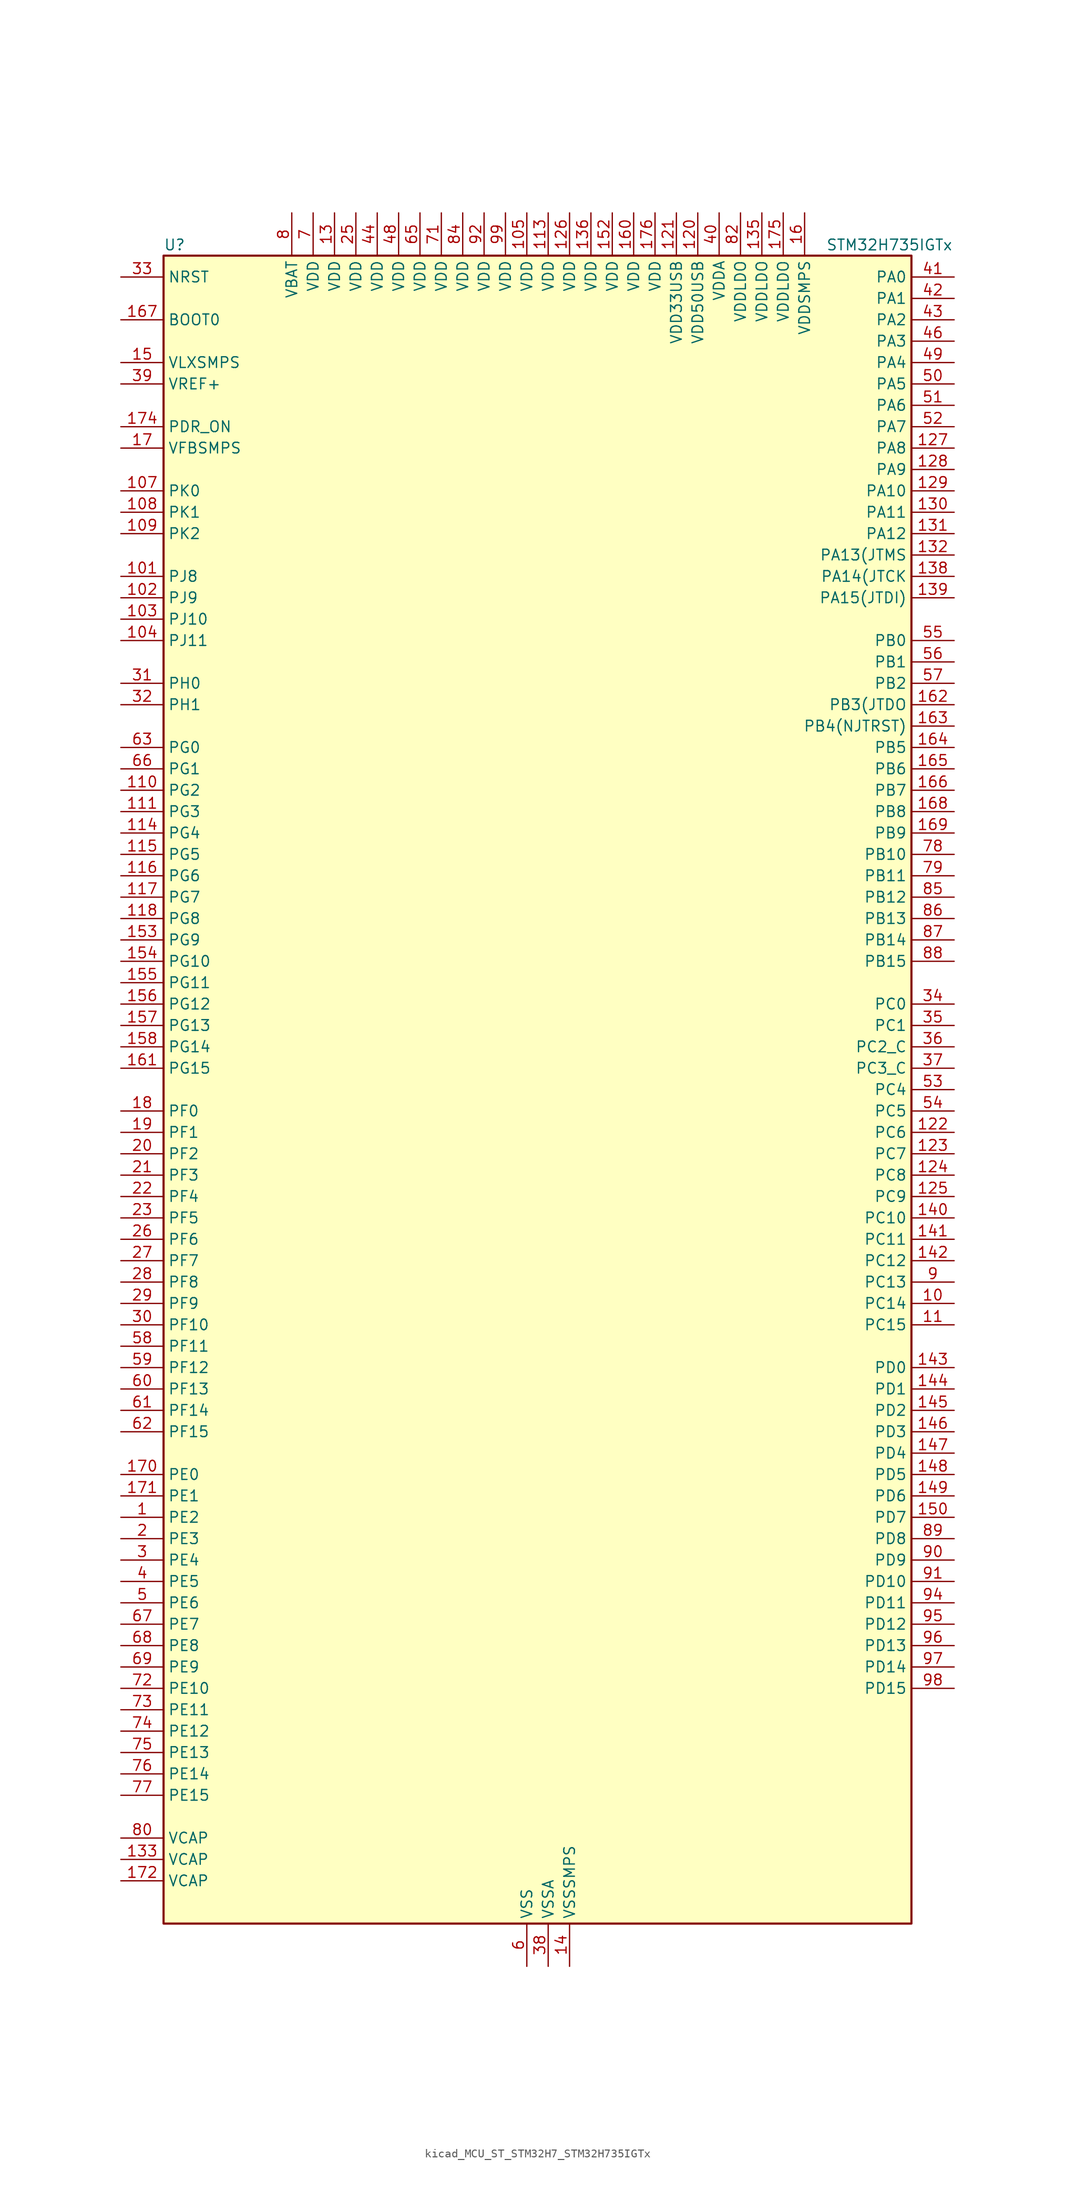
<source format=kicad_sym>
(kicad_symbol_lib
  (version 20220914)
  (generator kicad_symbol_editor)
  (symbol "kicad_MCU_ST_STM32H7_STM32H735IGTx"
    (property "Reference" "U"
      (at -43.18 100.33 0)
      (effects (font (size 1.27 1.27)) (justify left)))
    (property "Value" "STM32H735IGTx"
      (at 35.56 100.33 0)
      (effects (font (size 1.27 1.27)) (justify left)))
    (property "ki_locked" ""
      (at 0 0 0)
      (effects (font (size 1.27 1.27))))
    (symbol "kicad_MCU_ST_STM32H7_STM32H735IGTx_0_1"
      (rectangle (start -43.18 -99.06) (end 45.72 99.06) (stroke (width 0.254) (type default)) (fill (type background))))
    (symbol "kicad_MCU_ST_STM32H7_STM32H735IGTx_1_1"
      (pin bidirectional line (at -48.26 -50.8 0) (length 5.08) (name "PE2" (effects (font (size 1.27 1.27)))) (number "1" (effects (font (size 1.27 1.27)))) (alternate "DEBUG_TRACECLK" bidirectional line) (alternate "ETH_TXD3" bidirectional line) (alternate "FMC_A23" bidirectional line) (alternate "OCTOSPIM_P1_IO2" bidirectional line) (alternate "SAI1_CK1" bidirectional line) (alternate "SAI1_MCLK_A" bidirectional line) (alternate "SAI4_CK1" bidirectional line) (alternate "SAI4_MCLK_A" bidirectional line) (alternate "SPI4_SCK" bidirectional line) (alternate "USART10_RX" bidirectional line))
      (pin bidirectional line (at 50.8 -25.4 180) (length 5.08) (name "PC14" (effects (font (size 1.27 1.27)))) (number "10" (effects (font (size 1.27 1.27)))) (alternate "RCC_OSC32_IN" bidirectional line))
      (pin passive line (at 0 -104.14 90) (length 5.08) hide (name "VSS" (effects (font (size 1.27 1.27)))) (number "100" (effects (font (size 1.27 1.27)))))
      (pin bidirectional line (at -48.26 60.96 0) (length 5.08) (name "PJ8" (effects (font (size 1.27 1.27)))) (number "101" (effects (font (size 1.27 1.27)))) (alternate "LTDC_G1" bidirectional line) (alternate "TIM1_CH3N" bidirectional line) (alternate "TIM8_CH1" bidirectional line) (alternate "UART8_TX" bidirectional line))
      (pin bidirectional line (at -48.26 58.42 0) (length 5.08) (name "PJ9" (effects (font (size 1.27 1.27)))) (number "102" (effects (font (size 1.27 1.27)))) (alternate "DAC1_EXTI9" bidirectional line) (alternate "LTDC_G2" bidirectional line) (alternate "TIM1_CH3" bidirectional line) (alternate "TIM8_CH1N" bidirectional line) (alternate "UART8_RX" bidirectional line))
      (pin bidirectional line (at -48.26 55.88 0) (length 5.08) (name "PJ10" (effects (font (size 1.27 1.27)))) (number "103" (effects (font (size 1.27 1.27)))) (alternate "LTDC_G3" bidirectional line) (alternate "SPI5_MOSI" bidirectional line) (alternate "TIM1_CH2N" bidirectional line) (alternate "TIM8_CH2" bidirectional line))
      (pin bidirectional line (at -48.26 53.34 0) (length 5.08) (name "PJ11" (effects (font (size 1.27 1.27)))) (number "104" (effects (font (size 1.27 1.27)))) (alternate "ADC1_EXTI11" bidirectional line) (alternate "ADC2_EXTI11" bidirectional line) (alternate "ADC3_EXTI11" bidirectional line) (alternate "LTDC_G4" bidirectional line) (alternate "SPI5_MISO" bidirectional line) (alternate "TIM1_CH2" bidirectional line) (alternate "TIM8_CH2N" bidirectional line))
      (pin power_in line (at 0 104.14 270) (length 5.08) (name "VDD" (effects (font (size 1.27 1.27)))) (number "105" (effects (font (size 1.27 1.27)))))
      (pin passive line (at 0 -104.14 90) (length 5.08) hide (name "VSS" (effects (font (size 1.27 1.27)))) (number "106" (effects (font (size 1.27 1.27)))))
      (pin bidirectional line (at -48.26 71.12 0) (length 5.08) (name "PK0" (effects (font (size 1.27 1.27)))) (number "107" (effects (font (size 1.27 1.27)))) (alternate "LTDC_G5" bidirectional line) (alternate "SPI5_SCK" bidirectional line) (alternate "TIM1_CH1N" bidirectional line) (alternate "TIM8_CH3" bidirectional line))
      (pin bidirectional line (at -48.26 68.58 0) (length 5.08) (name "PK1" (effects (font (size 1.27 1.27)))) (number "108" (effects (font (size 1.27 1.27)))) (alternate "LTDC_G6" bidirectional line) (alternate "SPI5_NSS" bidirectional line) (alternate "TIM1_CH1" bidirectional line) (alternate "TIM8_CH3N" bidirectional line))
      (pin bidirectional line (at -48.26 66.04 0) (length 5.08) (name "PK2" (effects (font (size 1.27 1.27)))) (number "109" (effects (font (size 1.27 1.27)))) (alternate "LTDC_G7" bidirectional line) (alternate "TIM1_BKIN" bidirectional line) (alternate "TIM1_BKIN_COMP1" bidirectional line) (alternate "TIM1_BKIN_COMP2" bidirectional line) (alternate "TIM8_BKIN" bidirectional line) (alternate "TIM8_BKIN_COMP1" bidirectional line) (alternate "TIM8_BKIN_COMP2" bidirectional line))
      (pin bidirectional line (at 50.8 -27.94 180) (length 5.08) (name "PC15" (effects (font (size 1.27 1.27)))) (number "11" (effects (font (size 1.27 1.27)))) (alternate "ADC1_EXTI15" bidirectional line) (alternate "ADC2_EXTI15" bidirectional line) (alternate "ADC3_EXTI15" bidirectional line) (alternate "RCC_OSC32_OUT" bidirectional line))
      (pin bidirectional line (at -48.26 35.56 0) (length 5.08) (name "PG2" (effects (font (size 1.27 1.27)))) (number "110" (effects (font (size 1.27 1.27)))) (alternate "FMC_A12" bidirectional line) (alternate "TIM24_ETR" bidirectional line) (alternate "TIM8_BKIN" bidirectional line) (alternate "TIM8_BKIN_COMP1" bidirectional line) (alternate "TIM8_BKIN_COMP2" bidirectional line))
      (pin bidirectional line (at -48.26 33.02 0) (length 5.08) (name "PG3" (effects (font (size 1.27 1.27)))) (number "111" (effects (font (size 1.27 1.27)))) (alternate "FMC_A13" bidirectional line) (alternate "TIM23_ETR" bidirectional line) (alternate "TIM8_BKIN2" bidirectional line) (alternate "TIM8_BKIN2_COMP1" bidirectional line) (alternate "TIM8_BKIN2_COMP2" bidirectional line))
      (pin passive line (at 0 -104.14 90) (length 5.08) hide (name "VSS" (effects (font (size 1.27 1.27)))) (number "112" (effects (font (size 1.27 1.27)))))
      (pin power_in line (at 2.54 104.14 270) (length 5.08) (name "VDD" (effects (font (size 1.27 1.27)))) (number "113" (effects (font (size 1.27 1.27)))))
      (pin bidirectional line (at -48.26 30.48 0) (length 5.08) (name "PG4" (effects (font (size 1.27 1.27)))) (number "114" (effects (font (size 1.27 1.27)))) (alternate "FMC_A14" bidirectional line) (alternate "FMC_BA0" bidirectional line) (alternate "TIM1_BKIN2" bidirectional line) (alternate "TIM1_BKIN2_COMP1" bidirectional line) (alternate "TIM1_BKIN2_COMP2" bidirectional line))
      (pin bidirectional line (at -48.26 27.94 0) (length 5.08) (name "PG5" (effects (font (size 1.27 1.27)))) (number "115" (effects (font (size 1.27 1.27)))) (alternate "FMC_A15" bidirectional line) (alternate "FMC_BA1" bidirectional line) (alternate "TIM1_ETR" bidirectional line))
      (pin bidirectional line (at -48.26 25.4 0) (length 5.08) (name "PG6" (effects (font (size 1.27 1.27)))) (number "116" (effects (font (size 1.27 1.27)))) (alternate "DCMI_D12" bidirectional line) (alternate "FMC_NE3" bidirectional line) (alternate "LTDC_R7" bidirectional line) (alternate "OCTOSPIM_P1_NCS" bidirectional line) (alternate "PSSI_D12" bidirectional line) (alternate "TIM17_BKIN" bidirectional line))
      (pin bidirectional line (at -48.26 22.86 0) (length 5.08) (name "PG7" (effects (font (size 1.27 1.27)))) (number "117" (effects (font (size 1.27 1.27)))) (alternate "DCMI_D13" bidirectional line) (alternate "FMC_INT" bidirectional line) (alternate "LTDC_CLK" bidirectional line) (alternate "OCTOSPIM_P2_DQS" bidirectional line) (alternate "PSSI_D13" bidirectional line) (alternate "SAI1_MCLK_A" bidirectional line) (alternate "USART6_CK" bidirectional line))
      (pin bidirectional line (at -48.26 20.32 0) (length 5.08) (name "PG8" (effects (font (size 1.27 1.27)))) (number "118" (effects (font (size 1.27 1.27)))) (alternate "ETH_PPS_OUT" bidirectional line) (alternate "FMC_SDCLK" bidirectional line) (alternate "I2S6_WS" bidirectional line) (alternate "LTDC_G7" bidirectional line) (alternate "SPDIFRX1_IN2" bidirectional line) (alternate "SPI6_NSS" bidirectional line) (alternate "TIM8_ETR" bidirectional line) (alternate "USART6_DE" bidirectional line) (alternate "USART6_RTS" bidirectional line))
      (pin passive line (at 0 -104.14 90) (length 5.08) hide (name "VSS" (effects (font (size 1.27 1.27)))) (number "119" (effects (font (size 1.27 1.27)))))
      (pin passive line (at 0 -104.14 90) (length 5.08) hide (name "VSS" (effects (font (size 1.27 1.27)))) (number "12" (effects (font (size 1.27 1.27)))))
      (pin power_in line (at 20.32 104.14 270) (length 5.08) (name "VDD50USB" (effects (font (size 1.27 1.27)))) (number "120" (effects (font (size 1.27 1.27)))))
      (pin power_in line (at 17.78 104.14 270) (length 5.08) (name "VDD33USB" (effects (font (size 1.27 1.27)))) (number "121" (effects (font (size 1.27 1.27)))))
      (pin bidirectional line (at 50.8 -5.08 180) (length 5.08) (name "PC6" (effects (font (size 1.27 1.27)))) (number "122" (effects (font (size 1.27 1.27)))) (alternate "DCMI_D0" bidirectional line) (alternate "DFSDM1_CKIN3" bidirectional line) (alternate "FMC_NWAIT" bidirectional line) (alternate "I2S2_MCK" bidirectional line) (alternate "LTDC_HSYNC" bidirectional line) (alternate "PSSI_D0" bidirectional line) (alternate "SDMMC1_D0DIR" bidirectional line) (alternate "SDMMC1_D6" bidirectional line) (alternate "SDMMC2_D6" bidirectional line) (alternate "SWPMI1_IO" bidirectional line) (alternate "TIM3_CH1" bidirectional line) (alternate "TIM8_CH1" bidirectional line) (alternate "USART6_TX" bidirectional line))
      (pin bidirectional line (at 50.8 -7.62 180) (length 5.08) (name "PC7" (effects (font (size 1.27 1.27)))) (number "123" (effects (font (size 1.27 1.27)))) (alternate "DCMI_D1" bidirectional line) (alternate "DEBUG_TRGIO" bidirectional line) (alternate "DFSDM1_DATIN3" bidirectional line) (alternate "FMC_NE1" bidirectional line) (alternate "I2S3_MCK" bidirectional line) (alternate "LTDC_G6" bidirectional line) (alternate "PSSI_D1" bidirectional line) (alternate "SDMMC1_D123DIR" bidirectional line) (alternate "SDMMC1_D7" bidirectional line) (alternate "SDMMC2_D7" bidirectional line) (alternate "SWPMI1_TX" bidirectional line) (alternate "TIM3_CH2" bidirectional line) (alternate "TIM8_CH2" bidirectional line) (alternate "USART6_RX" bidirectional line))
      (pin bidirectional line (at 50.8 -10.16 180) (length 5.08) (name "PC8" (effects (font (size 1.27 1.27)))) (number "124" (effects (font (size 1.27 1.27)))) (alternate "DCMI_D2" bidirectional line) (alternate "DEBUG_TRACED1" bidirectional line) (alternate "FMC_INT" bidirectional line) (alternate "FMC_NCE" bidirectional line) (alternate "FMC_NE2" bidirectional line) (alternate "PSSI_D2" bidirectional line) (alternate "SDMMC1_D0" bidirectional line) (alternate "SWPMI1_RX" bidirectional line) (alternate "TIM3_CH3" bidirectional line) (alternate "TIM8_CH3" bidirectional line) (alternate "UART5_DE" bidirectional line) (alternate "UART5_RTS" bidirectional line) (alternate "USART6_CK" bidirectional line))
      (pin bidirectional line (at 50.8 -12.7 180) (length 5.08) (name "PC9" (effects (font (size 1.27 1.27)))) (number "125" (effects (font (size 1.27 1.27)))) (alternate "DAC1_EXTI9" bidirectional line) (alternate "DCMI_D3" bidirectional line) (alternate "I2C3_SDA" bidirectional line) (alternate "I2C5_SDA" bidirectional line) (alternate "I2S_CKIN" bidirectional line) (alternate "LTDC_B2" bidirectional line) (alternate "LTDC_G3" bidirectional line) (alternate "OCTOSPIM_P1_IO0" bidirectional line) (alternate "PSSI_D3" bidirectional line) (alternate "RCC_MCO_2" bidirectional line) (alternate "SDMMC1_D1" bidirectional line) (alternate "SWPMI1_SUSPEND" bidirectional line) (alternate "TIM3_CH4" bidirectional line) (alternate "TIM8_CH4" bidirectional line) (alternate "UART5_CTS" bidirectional line))
      (pin power_in line (at 5.08 104.14 270) (length 5.08) (name "VDD" (effects (font (size 1.27 1.27)))) (number "126" (effects (font (size 1.27 1.27)))))
      (pin bidirectional line (at 50.8 76.2 180) (length 5.08) (name "PA8" (effects (font (size 1.27 1.27)))) (number "127" (effects (font (size 1.27 1.27)))) (alternate "I2C3_SCL" bidirectional line) (alternate "I2C5_SCL" bidirectional line) (alternate "LTDC_B3" bidirectional line) (alternate "LTDC_R6" bidirectional line) (alternate "RCC_MCO_1" bidirectional line) (alternate "TIM1_CH1" bidirectional line) (alternate "TIM8_BKIN2" bidirectional line) (alternate "TIM8_BKIN2_COMP1" bidirectional line) (alternate "TIM8_BKIN2_COMP2" bidirectional line) (alternate "UART7_RX" bidirectional line) (alternate "USART1_CK" bidirectional line) (alternate "USB_OTG_HS_SOF" bidirectional line))
      (pin bidirectional line (at 50.8 73.66 180) (length 5.08) (name "PA9" (effects (font (size 1.27 1.27)))) (number "128" (effects (font (size 1.27 1.27)))) (alternate "DAC1_EXTI9" bidirectional line) (alternate "DCMI_D0" bidirectional line) (alternate "ETH_TX_ER" bidirectional line) (alternate "I2C3_SMBA" bidirectional line) (alternate "I2C5_SMBA" bidirectional line) (alternate "I2S2_CK" bidirectional line) (alternate "LPUART1_TX" bidirectional line) (alternate "LTDC_R5" bidirectional line) (alternate "PSSI_D0" bidirectional line) (alternate "SPI2_SCK" bidirectional line) (alternate "TIM1_CH2" bidirectional line) (alternate "USART1_TX" bidirectional line) (alternate "USB_OTG_HS_VBUS" bidirectional line))
      (pin bidirectional line (at 50.8 71.12 180) (length 5.08) (name "PA10" (effects (font (size 1.27 1.27)))) (number "129" (effects (font (size 1.27 1.27)))) (alternate "DCMI_D1" bidirectional line) (alternate "LPUART1_RX" bidirectional line) (alternate "LTDC_B1" bidirectional line) (alternate "LTDC_B4" bidirectional line) (alternate "MDIOS_MDIO" bidirectional line) (alternate "PSSI_D1" bidirectional line) (alternate "TIM1_CH3" bidirectional line) (alternate "USART1_RX" bidirectional line) (alternate "USB_OTG_HS_ID" bidirectional line))
      (pin power_in line (at -22.86 104.14 270) (length 5.08) (name "VDD" (effects (font (size 1.27 1.27)))) (number "13" (effects (font (size 1.27 1.27)))))
      (pin bidirectional line (at 50.8 68.58 180) (length 5.08) (name "PA11" (effects (font (size 1.27 1.27)))) (number "130" (effects (font (size 1.27 1.27)))) (alternate "ADC1_EXTI11" bidirectional line) (alternate "ADC2_EXTI11" bidirectional line) (alternate "ADC3_EXTI11" bidirectional line) (alternate "FDCAN1_RX" bidirectional line) (alternate "I2S2_WS" bidirectional line) (alternate "LPUART1_CTS" bidirectional line) (alternate "LTDC_R4" bidirectional line) (alternate "SPI2_NSS" bidirectional line) (alternate "TIM1_CH4" bidirectional line) (alternate "UART4_RX" bidirectional line) (alternate "USART1_CTS" bidirectional line) (alternate "USART1_NSS" bidirectional line) (alternate "USB_OTG_HS_DM" bidirectional line))
      (pin bidirectional line (at 50.8 66.04 180) (length 5.08) (name "PA12" (effects (font (size 1.27 1.27)))) (number "131" (effects (font (size 1.27 1.27)))) (alternate "FDCAN1_TX" bidirectional line) (alternate "I2S2_CK" bidirectional line) (alternate "LPUART1_DE" bidirectional line) (alternate "LPUART1_RTS" bidirectional line) (alternate "LTDC_R5" bidirectional line) (alternate "SAI4_FS_B" bidirectional line) (alternate "SPI2_SCK" bidirectional line) (alternate "TIM1_BKIN2" bidirectional line) (alternate "TIM1_ETR" bidirectional line) (alternate "UART4_TX" bidirectional line) (alternate "USART1_DE" bidirectional line) (alternate "USART1_RTS" bidirectional line) (alternate "USB_OTG_HS_DP" bidirectional line))
      (pin bidirectional line (at 50.8 63.5 180) (length 5.08) (name "PA13(JTMS" (effects (font (size 1.27 1.27)))) (number "132" (effects (font (size 1.27 1.27)))) (alternate "DEBUG_JTMS-SWDIO" bidirectional line))
      (pin power_out line (at -48.26 -91.44 0) (length 5.08) (name "VCAP" (effects (font (size 1.27 1.27)))) (number "133" (effects (font (size 1.27 1.27)))))
      (pin passive line (at 0 -104.14 90) (length 5.08) hide (name "VSS" (effects (font (size 1.27 1.27)))) (number "134" (effects (font (size 1.27 1.27)))))
      (pin power_in line (at 27.94 104.14 270) (length 5.08) (name "VDDLDO" (effects (font (size 1.27 1.27)))) (number "135" (effects (font (size 1.27 1.27)))))
      (pin power_in line (at 7.62 104.14 270) (length 5.08) (name "VDD" (effects (font (size 1.27 1.27)))) (number "136" (effects (font (size 1.27 1.27)))))
      (pin passive line (at 0 -104.14 90) (length 5.08) hide (name "VSS" (effects (font (size 1.27 1.27)))) (number "137" (effects (font (size 1.27 1.27)))))
      (pin bidirectional line (at 50.8 60.96 180) (length 5.08) (name "PA14(JTCK" (effects (font (size 1.27 1.27)))) (number "138" (effects (font (size 1.27 1.27)))) (alternate "DEBUG_JTCK-SWCLK" bidirectional line))
      (pin bidirectional line (at 50.8 58.42 180) (length 5.08) (name "PA15(JTDI)" (effects (font (size 1.27 1.27)))) (number "139" (effects (font (size 1.27 1.27)))) (alternate "ADC1_EXTI15" bidirectional line) (alternate "ADC2_EXTI15" bidirectional line) (alternate "ADC3_EXTI15" bidirectional line) (alternate "CEC" bidirectional line) (alternate "DEBUG_JTDI" bidirectional line) (alternate "I2S1_WS" bidirectional line) (alternate "I2S3_WS" bidirectional line) (alternate "I2S6_WS" bidirectional line) (alternate "LTDC_B6" bidirectional line) (alternate "LTDC_R3" bidirectional line) (alternate "SPI1_NSS" bidirectional line) (alternate "SPI3_NSS" bidirectional line) (alternate "SPI6_NSS" bidirectional line) (alternate "TIM2_CH1" bidirectional line) (alternate "TIM2_ETR" bidirectional line) (alternate "UART4_DE" bidirectional line) (alternate "UART4_RTS" bidirectional line) (alternate "UART7_TX" bidirectional line))
      (pin power_in line (at 5.08 -104.14 90) (length 5.08) (name "VSSSMPS" (effects (font (size 1.27 1.27)))) (number "14" (effects (font (size 1.27 1.27)))))
      (pin bidirectional line (at 50.8 -15.24 180) (length 5.08) (name "PC10" (effects (font (size 1.27 1.27)))) (number "140" (effects (font (size 1.27 1.27)))) (alternate "DCMI_D8" bidirectional line) (alternate "DFSDM1_CKIN5" bidirectional line) (alternate "I2C5_SDA" bidirectional line) (alternate "I2S3_CK" bidirectional line) (alternate "LTDC_B1" bidirectional line) (alternate "LTDC_R2" bidirectional line) (alternate "OCTOSPIM_P1_IO1" bidirectional line) (alternate "PSSI_D8" bidirectional line) (alternate "SDMMC1_D2" bidirectional line) (alternate "SPI3_SCK" bidirectional line) (alternate "SWPMI1_RX" bidirectional line) (alternate "UART4_TX" bidirectional line) (alternate "USART3_TX" bidirectional line))
      (pin bidirectional line (at 50.8 -17.78 180) (length 5.08) (name "PC11" (effects (font (size 1.27 1.27)))) (number "141" (effects (font (size 1.27 1.27)))) (alternate "ADC1_EXTI11" bidirectional line) (alternate "ADC2_EXTI11" bidirectional line) (alternate "ADC3_EXTI11" bidirectional line) (alternate "DCMI_D4" bidirectional line) (alternate "DFSDM1_DATIN5" bidirectional line) (alternate "I2C5_SCL" bidirectional line) (alternate "I2S3_SDI" bidirectional line) (alternate "LTDC_B4" bidirectional line) (alternate "OCTOSPIM_P1_NCS" bidirectional line) (alternate "PSSI_D4" bidirectional line) (alternate "SDMMC1_D3" bidirectional line) (alternate "SPI3_MISO" bidirectional line) (alternate "UART4_RX" bidirectional line) (alternate "USART3_RX" bidirectional line))
      (pin bidirectional line (at 50.8 -20.32 180) (length 5.08) (name "PC12" (effects (font (size 1.27 1.27)))) (number "142" (effects (font (size 1.27 1.27)))) (alternate "DCMI_D9" bidirectional line) (alternate "DEBUG_TRACED3" bidirectional line) (alternate "FMC_D6" bidirectional line) (alternate "FMC_DA6" bidirectional line) (alternate "I2C5_SMBA" bidirectional line) (alternate "I2S3_SDO" bidirectional line) (alternate "I2S6_CK" bidirectional line) (alternate "LTDC_R6" bidirectional line) (alternate "PSSI_D9" bidirectional line) (alternate "SDMMC1_CK" bidirectional line) (alternate "SPI3_MOSI" bidirectional line) (alternate "SPI6_SCK" bidirectional line) (alternate "TIM15_CH1" bidirectional line) (alternate "UART5_TX" bidirectional line) (alternate "USART3_CK" bidirectional line))
      (pin bidirectional line (at 50.8 -33.02 180) (length 5.08) (name "PD0" (effects (font (size 1.27 1.27)))) (number "143" (effects (font (size 1.27 1.27)))) (alternate "DFSDM1_CKIN6" bidirectional line) (alternate "FDCAN1_RX" bidirectional line) (alternate "FMC_D2" bidirectional line) (alternate "FMC_DA2" bidirectional line) (alternate "LTDC_B1" bidirectional line) (alternate "UART4_RX" bidirectional line) (alternate "UART9_CTS" bidirectional line))
      (pin bidirectional line (at 50.8 -35.56 180) (length 5.08) (name "PD1" (effects (font (size 1.27 1.27)))) (number "144" (effects (font (size 1.27 1.27)))) (alternate "DFSDM1_DATIN6" bidirectional line) (alternate "FDCAN1_TX" bidirectional line) (alternate "FMC_D3" bidirectional line) (alternate "FMC_DA3" bidirectional line) (alternate "UART4_TX" bidirectional line))
      (pin bidirectional line (at 50.8 -38.1 180) (length 5.08) (name "PD2" (effects (font (size 1.27 1.27)))) (number "145" (effects (font (size 1.27 1.27)))) (alternate "DCMI_D11" bidirectional line) (alternate "DEBUG_TRACED2" bidirectional line) (alternate "FMC_D7" bidirectional line) (alternate "FMC_DA7" bidirectional line) (alternate "LTDC_B2" bidirectional line) (alternate "LTDC_B7" bidirectional line) (alternate "PSSI_D11" bidirectional line) (alternate "SDMMC1_CMD" bidirectional line) (alternate "TIM15_BKIN" bidirectional line) (alternate "TIM3_ETR" bidirectional line) (alternate "UART5_RX" bidirectional line))
      (pin bidirectional line (at 50.8 -40.64 180) (length 5.08) (name "PD3" (effects (font (size 1.27 1.27)))) (number "146" (effects (font (size 1.27 1.27)))) (alternate "DCMI_D5" bidirectional line) (alternate "DFSDM1_CKOUT" bidirectional line) (alternate "FMC_CLK" bidirectional line) (alternate "I2S2_CK" bidirectional line) (alternate "LTDC_G7" bidirectional line) (alternate "PSSI_D5" bidirectional line) (alternate "SPI2_SCK" bidirectional line) (alternate "USART2_CTS" bidirectional line) (alternate "USART2_NSS" bidirectional line))
      (pin bidirectional line (at 50.8 -43.18 180) (length 5.08) (name "PD4" (effects (font (size 1.27 1.27)))) (number "147" (effects (font (size 1.27 1.27)))) (alternate "FMC_NOE" bidirectional line) (alternate "OCTOSPIM_P1_IO4" bidirectional line) (alternate "USART2_DE" bidirectional line) (alternate "USART2_RTS" bidirectional line))
      (pin bidirectional line (at 50.8 -45.72 180) (length 5.08) (name "PD5" (effects (font (size 1.27 1.27)))) (number "148" (effects (font (size 1.27 1.27)))) (alternate "FMC_NWE" bidirectional line) (alternate "OCTOSPIM_P1_IO5" bidirectional line) (alternate "USART2_TX" bidirectional line))
      (pin bidirectional line (at 50.8 -48.26 180) (length 5.08) (name "PD6" (effects (font (size 1.27 1.27)))) (number "149" (effects (font (size 1.27 1.27)))) (alternate "DCMI_D10" bidirectional line) (alternate "DFSDM1_CKIN4" bidirectional line) (alternate "DFSDM1_DATIN1" bidirectional line) (alternate "FMC_NWAIT" bidirectional line) (alternate "I2S3_SDO" bidirectional line) (alternate "LTDC_B2" bidirectional line) (alternate "OCTOSPIM_P1_IO6" bidirectional line) (alternate "PSSI_D10" bidirectional line) (alternate "SAI1_D1" bidirectional line) (alternate "SAI1_SD_A" bidirectional line) (alternate "SAI4_D1" bidirectional line) (alternate "SAI4_SD_A" bidirectional line) (alternate "SDMMC2_CK" bidirectional line) (alternate "SPI3_MOSI" bidirectional line) (alternate "USART2_RX" bidirectional line))
      (pin power_in line (at -48.26 86.36 0) (length 5.08) (name "VLXSMPS" (effects (font (size 1.27 1.27)))) (number "15" (effects (font (size 1.27 1.27)))))
      (pin bidirectional line (at 50.8 -50.8 180) (length 5.08) (name "PD7" (effects (font (size 1.27 1.27)))) (number "150" (effects (font (size 1.27 1.27)))) (alternate "DFSDM1_CKIN1" bidirectional line) (alternate "DFSDM1_DATIN4" bidirectional line) (alternate "FMC_NE1" bidirectional line) (alternate "I2S1_SDO" bidirectional line) (alternate "OCTOSPIM_P1_IO7" bidirectional line) (alternate "SDMMC2_CMD" bidirectional line) (alternate "SPDIFRX1_IN0" bidirectional line) (alternate "SPI1_MOSI" bidirectional line) (alternate "USART2_CK" bidirectional line))
      (pin passive line (at 0 -104.14 90) (length 5.08) hide (name "VSS" (effects (font (size 1.27 1.27)))) (number "151" (effects (font (size 1.27 1.27)))))
      (pin power_in line (at 10.16 104.14 270) (length 5.08) (name "VDD" (effects (font (size 1.27 1.27)))) (number "152" (effects (font (size 1.27 1.27)))))
      (pin bidirectional line (at -48.26 17.78 0) (length 5.08) (name "PG9" (effects (font (size 1.27 1.27)))) (number "153" (effects (font (size 1.27 1.27)))) (alternate "DAC1_EXTI9" bidirectional line) (alternate "DCMI_VSYNC" bidirectional line) (alternate "FDCAN3_TX" bidirectional line) (alternate "FMC_NCE" bidirectional line) (alternate "FMC_NE2" bidirectional line) (alternate "I2S1_SDI" bidirectional line) (alternate "OCTOSPIM_P1_IO6" bidirectional line) (alternate "PSSI_RDY" bidirectional line) (alternate "SAI4_FS_B" bidirectional line) (alternate "SDMMC2_D0" bidirectional line) (alternate "SPDIFRX1_IN3" bidirectional line) (alternate "SPI1_MISO" bidirectional line) (alternate "USART6_RX" bidirectional line))
      (pin bidirectional line (at -48.26 15.24 0) (length 5.08) (name "PG10" (effects (font (size 1.27 1.27)))) (number "154" (effects (font (size 1.27 1.27)))) (alternate "DCMI_D2" bidirectional line) (alternate "FDCAN3_RX" bidirectional line) (alternate "FMC_NE3" bidirectional line) (alternate "I2S1_WS" bidirectional line) (alternate "LTDC_B2" bidirectional line) (alternate "LTDC_G3" bidirectional line) (alternate "OCTOSPIM_P2_IO6" bidirectional line) (alternate "PSSI_D2" bidirectional line) (alternate "SAI4_SD_B" bidirectional line) (alternate "SDMMC2_D1" bidirectional line) (alternate "SPI1_NSS" bidirectional line))
      (pin bidirectional line (at -48.26 12.7 0) (length 5.08) (name "PG11" (effects (font (size 1.27 1.27)))) (number "155" (effects (font (size 1.27 1.27)))) (alternate "ADC1_EXTI11" bidirectional line) (alternate "ADC2_EXTI11" bidirectional line) (alternate "ADC3_EXTI11" bidirectional line) (alternate "DCMI_D3" bidirectional line) (alternate "ETH_TX_EN" bidirectional line) (alternate "I2S1_CK" bidirectional line) (alternate "LPTIM1_IN2" bidirectional line) (alternate "LTDC_B3" bidirectional line) (alternate "OCTOSPIM_P2_IO7" bidirectional line) (alternate "PSSI_D3" bidirectional line) (alternate "SDMMC2_D2" bidirectional line) (alternate "SPDIFRX1_IN0" bidirectional line) (alternate "SPI1_SCK" bidirectional line) (alternate "USART10_RX" bidirectional line))
      (pin bidirectional line (at -48.26 10.16 0) (length 5.08) (name "PG12" (effects (font (size 1.27 1.27)))) (number "156" (effects (font (size 1.27 1.27)))) (alternate "ETH_TXD1" bidirectional line) (alternate "FMC_NE4" bidirectional line) (alternate "I2S6_SDI" bidirectional line) (alternate "LPTIM1_IN1" bidirectional line) (alternate "LTDC_B1" bidirectional line) (alternate "LTDC_B4" bidirectional line) (alternate "OCTOSPIM_P2_NCS" bidirectional line) (alternate "SDMMC2_D3" bidirectional line) (alternate "SPDIFRX1_IN1" bidirectional line) (alternate "SPI6_MISO" bidirectional line) (alternate "TIM23_CH1" bidirectional line) (alternate "USART10_TX" bidirectional line) (alternate "USART6_DE" bidirectional line) (alternate "USART6_RTS" bidirectional line))
      (pin bidirectional line (at -48.26 7.62 0) (length 5.08) (name "PG13" (effects (font (size 1.27 1.27)))) (number "157" (effects (font (size 1.27 1.27)))) (alternate "DEBUG_TRACED0" bidirectional line) (alternate "ETH_TXD0" bidirectional line) (alternate "FMC_A24" bidirectional line) (alternate "I2S6_CK" bidirectional line) (alternate "LPTIM1_OUT" bidirectional line) (alternate "LTDC_R0" bidirectional line) (alternate "SDMMC2_D6" bidirectional line) (alternate "SPI6_SCK" bidirectional line) (alternate "TIM23_CH2" bidirectional line) (alternate "USART10_CTS" bidirectional line) (alternate "USART10_NSS" bidirectional line) (alternate "USART6_CTS" bidirectional line) (alternate "USART6_NSS" bidirectional line))
      (pin bidirectional line (at -48.26 5.08 0) (length 5.08) (name "PG14" (effects (font (size 1.27 1.27)))) (number "158" (effects (font (size 1.27 1.27)))) (alternate "DEBUG_TRACED1" bidirectional line) (alternate "ETH_TXD1" bidirectional line) (alternate "FMC_A25" bidirectional line) (alternate "I2S6_SDO" bidirectional line) (alternate "LPTIM1_ETR" bidirectional line) (alternate "LTDC_B0" bidirectional line) (alternate "OCTOSPIM_P1_IO7" bidirectional line) (alternate "SDMMC2_D7" bidirectional line) (alternate "SPI6_MOSI" bidirectional line) (alternate "TIM23_CH3" bidirectional line) (alternate "USART10_DE" bidirectional line) (alternate "USART10_RTS" bidirectional line) (alternate "USART6_TX" bidirectional line))
      (pin passive line (at 0 -104.14 90) (length 5.08) hide (name "VSS" (effects (font (size 1.27 1.27)))) (number "159" (effects (font (size 1.27 1.27)))))
      (pin power_in line (at 33.02 104.14 270) (length 5.08) (name "VDDSMPS" (effects (font (size 1.27 1.27)))) (number "16" (effects (font (size 1.27 1.27)))))
      (pin power_in line (at 12.7 104.14 270) (length 5.08) (name "VDD" (effects (font (size 1.27 1.27)))) (number "160" (effects (font (size 1.27 1.27)))))
      (pin bidirectional line (at -48.26 2.54 0) (length 5.08) (name "PG15" (effects (font (size 1.27 1.27)))) (number "161" (effects (font (size 1.27 1.27)))) (alternate "ADC1_EXTI15" bidirectional line) (alternate "ADC2_EXTI15" bidirectional line) (alternate "ADC3_EXTI15" bidirectional line) (alternate "DCMI_D13" bidirectional line) (alternate "FMC_SDNCAS" bidirectional line) (alternate "OCTOSPIM_P2_DQS" bidirectional line) (alternate "PSSI_D13" bidirectional line) (alternate "USART10_CK" bidirectional line) (alternate "USART6_CTS" bidirectional line) (alternate "USART6_NSS" bidirectional line))
      (pin bidirectional line (at 50.8 45.72 180) (length 5.08) (name "PB3(JTDO" (effects (font (size 1.27 1.27)))) (number "162" (effects (font (size 1.27 1.27)))) (alternate "CRS_SYNC" bidirectional line) (alternate "DEBUG_JTDO-SWO" bidirectional line) (alternate "I2S1_CK" bidirectional line) (alternate "I2S3_CK" bidirectional line) (alternate "I2S6_CK" bidirectional line) (alternate "SDMMC2_D2" bidirectional line) (alternate "SPI1_SCK" bidirectional line) (alternate "SPI3_SCK" bidirectional line) (alternate "SPI6_SCK" bidirectional line) (alternate "TIM24_ETR" bidirectional line) (alternate "TIM2_CH2" bidirectional line) (alternate "UART7_RX" bidirectional line))
      (pin bidirectional line (at 50.8 43.18 180) (length 5.08) (name "PB4(NJTRST)" (effects (font (size 1.27 1.27)))) (number "163" (effects (font (size 1.27 1.27)))) (alternate "DEBUG_JTRST" bidirectional line) (alternate "I2S1_SDI" bidirectional line) (alternate "I2S2_WS" bidirectional line) (alternate "I2S3_SDI" bidirectional line) (alternate "I2S6_SDI" bidirectional line) (alternate "SDMMC2_D3" bidirectional line) (alternate "SPI1_MISO" bidirectional line) (alternate "SPI2_NSS" bidirectional line) (alternate "SPI3_MISO" bidirectional line) (alternate "SPI6_MISO" bidirectional line) (alternate "TIM16_BKIN" bidirectional line) (alternate "TIM3_CH1" bidirectional line) (alternate "UART7_TX" bidirectional line))
      (pin bidirectional line (at 50.8 40.64 180) (length 5.08) (name "PB5" (effects (font (size 1.27 1.27)))) (number "164" (effects (font (size 1.27 1.27)))) (alternate "DCMI_D10" bidirectional line) (alternate "ETH_PPS_OUT" bidirectional line) (alternate "FDCAN2_RX" bidirectional line) (alternate "FMC_SDCKE1" bidirectional line) (alternate "I2C1_SMBA" bidirectional line) (alternate "I2C4_SMBA" bidirectional line) (alternate "I2S1_SDO" bidirectional line) (alternate "I2S3_SDO" bidirectional line) (alternate "I2S6_SDO" bidirectional line) (alternate "LTDC_B5" bidirectional line) (alternate "PSSI_D10" bidirectional line) (alternate "SPI1_MOSI" bidirectional line) (alternate "SPI3_MOSI" bidirectional line) (alternate "SPI6_MOSI" bidirectional line) (alternate "TIM17_BKIN" bidirectional line) (alternate "TIM3_CH2" bidirectional line) (alternate "UART5_RX" bidirectional line) (alternate "USB_OTG_HS_ULPI_D7" bidirectional line))
      (pin bidirectional line (at 50.8 38.1 180) (length 5.08) (name "PB6" (effects (font (size 1.27 1.27)))) (number "165" (effects (font (size 1.27 1.27)))) (alternate "CEC" bidirectional line) (alternate "DCMI_D5" bidirectional line) (alternate "DFSDM1_DATIN5" bidirectional line) (alternate "FDCAN2_TX" bidirectional line) (alternate "FMC_SDNE1" bidirectional line) (alternate "I2C1_SCL" bidirectional line) (alternate "I2C4_SCL" bidirectional line) (alternate "LPUART1_TX" bidirectional line) (alternate "OCTOSPIM_P1_NCS" bidirectional line) (alternate "PSSI_D5" bidirectional line) (alternate "TIM16_CH1N" bidirectional line) (alternate "TIM4_CH1" bidirectional line) (alternate "UART5_TX" bidirectional line) (alternate "USART1_TX" bidirectional line))
      (pin bidirectional line (at 50.8 35.56 180) (length 5.08) (name "PB7" (effects (font (size 1.27 1.27)))) (number "166" (effects (font (size 1.27 1.27)))) (alternate "DCMI_VSYNC" bidirectional line) (alternate "DFSDM1_CKIN5" bidirectional line) (alternate "FMC_NL" bidirectional line) (alternate "I2C1_SDA" bidirectional line) (alternate "I2C4_SDA" bidirectional line) (alternate "LPUART1_RX" bidirectional line) (alternate "PSSI_RDY" bidirectional line) (alternate "PWR_PVD_IN" bidirectional line) (alternate "TIM17_CH1N" bidirectional line) (alternate "TIM4_CH2" bidirectional line) (alternate "USART1_RX" bidirectional line))
      (pin input line (at -48.26 91.44 0) (length 5.08) (name "BOOT0" (effects (font (size 1.27 1.27)))) (number "167" (effects (font (size 1.27 1.27)))))
      (pin bidirectional line (at 50.8 33.02 180) (length 5.08) (name "PB8" (effects (font (size 1.27 1.27)))) (number "168" (effects (font (size 1.27 1.27)))) (alternate "DCMI_D6" bidirectional line) (alternate "DFSDM1_CKIN7" bidirectional line) (alternate "ETH_TXD3" bidirectional line) (alternate "FDCAN1_RX" bidirectional line) (alternate "I2C1_SCL" bidirectional line) (alternate "I2C4_SCL" bidirectional line) (alternate "LTDC_B6" bidirectional line) (alternate "PSSI_D6" bidirectional line) (alternate "SDMMC1_CKIN" bidirectional line) (alternate "SDMMC1_D4" bidirectional line) (alternate "SDMMC2_D4" bidirectional line) (alternate "TIM16_CH1" bidirectional line) (alternate "TIM4_CH3" bidirectional line) (alternate "UART4_RX" bidirectional line))
      (pin bidirectional line (at 50.8 30.48 180) (length 5.08) (name "PB9" (effects (font (size 1.27 1.27)))) (number "169" (effects (font (size 1.27 1.27)))) (alternate "DAC1_EXTI9" bidirectional line) (alternate "DCMI_D7" bidirectional line) (alternate "DFSDM1_DATIN7" bidirectional line) (alternate "FDCAN1_TX" bidirectional line) (alternate "I2C1_SDA" bidirectional line) (alternate "I2C4_SDA" bidirectional line) (alternate "I2C4_SMBA" bidirectional line) (alternate "I2S2_WS" bidirectional line) (alternate "LTDC_B7" bidirectional line) (alternate "PSSI_D7" bidirectional line) (alternate "SDMMC1_CDIR" bidirectional line) (alternate "SDMMC1_D5" bidirectional line) (alternate "SDMMC2_D5" bidirectional line) (alternate "SPI2_NSS" bidirectional line) (alternate "TIM17_CH1" bidirectional line) (alternate "TIM4_CH4" bidirectional line) (alternate "UART4_TX" bidirectional line))
      (pin input line (at -48.26 76.2 0) (length 5.08) (name "VFBSMPS" (effects (font (size 1.27 1.27)))) (number "17" (effects (font (size 1.27 1.27)))))
      (pin bidirectional line (at -48.26 -45.72 0) (length 5.08) (name "PE0" (effects (font (size 1.27 1.27)))) (number "170" (effects (font (size 1.27 1.27)))) (alternate "DCMI_D2" bidirectional line) (alternate "FMC_NBL0" bidirectional line) (alternate "LPTIM1_ETR" bidirectional line) (alternate "LPTIM2_ETR" bidirectional line) (alternate "LTDC_R0" bidirectional line) (alternate "PSSI_D2" bidirectional line) (alternate "SAI4_MCLK_A" bidirectional line) (alternate "TIM4_ETR" bidirectional line) (alternate "UART8_RX" bidirectional line))
      (pin bidirectional line (at -48.26 -48.26 0) (length 5.08) (name "PE1" (effects (font (size 1.27 1.27)))) (number "171" (effects (font (size 1.27 1.27)))) (alternate "DCMI_D3" bidirectional line) (alternate "FMC_NBL1" bidirectional line) (alternate "LPTIM1_IN2" bidirectional line) (alternate "LTDC_R6" bidirectional line) (alternate "PSSI_D3" bidirectional line) (alternate "UART8_TX" bidirectional line))
      (pin power_out line (at -48.26 -93.98 0) (length 5.08) (name "VCAP" (effects (font (size 1.27 1.27)))) (number "172" (effects (font (size 1.27 1.27)))))
      (pin passive line (at 0 -104.14 90) (length 5.08) hide (name "VSS" (effects (font (size 1.27 1.27)))) (number "173" (effects (font (size 1.27 1.27)))))
      (pin input line (at -48.26 78.74 0) (length 5.08) (name "PDR_ON" (effects (font (size 1.27 1.27)))) (number "174" (effects (font (size 1.27 1.27)))))
      (pin power_in line (at 30.48 104.14 270) (length 5.08) (name "VDDLDO" (effects (font (size 1.27 1.27)))) (number "175" (effects (font (size 1.27 1.27)))))
      (pin power_in line (at 15.24 104.14 270) (length 5.08) (name "VDD" (effects (font (size 1.27 1.27)))) (number "176" (effects (font (size 1.27 1.27)))))
      (pin bidirectional line (at -48.26 -2.54 0) (length 5.08) (name "PF0" (effects (font (size 1.27 1.27)))) (number "18" (effects (font (size 1.27 1.27)))) (alternate "FMC_A0" bidirectional line) (alternate "I2C2_SDA" bidirectional line) (alternate "I2C5_SDA" bidirectional line) (alternate "OCTOSPIM_P2_IO0" bidirectional line) (alternate "TIM23_CH1" bidirectional line))
      (pin bidirectional line (at -48.26 -5.08 0) (length 5.08) (name "PF1" (effects (font (size 1.27 1.27)))) (number "19" (effects (font (size 1.27 1.27)))) (alternate "FMC_A1" bidirectional line) (alternate "I2C2_SCL" bidirectional line) (alternate "I2C5_SCL" bidirectional line) (alternate "OCTOSPIM_P2_IO1" bidirectional line) (alternate "TIM23_CH2" bidirectional line))
      (pin bidirectional line (at -48.26 -53.34 0) (length 5.08) (name "PE3" (effects (font (size 1.27 1.27)))) (number "2" (effects (font (size 1.27 1.27)))) (alternate "DEBUG_TRACED0" bidirectional line) (alternate "FMC_A19" bidirectional line) (alternate "SAI1_SD_B" bidirectional line) (alternate "SAI4_SD_B" bidirectional line) (alternate "TIM15_BKIN" bidirectional line) (alternate "USART10_TX" bidirectional line))
      (pin bidirectional line (at -48.26 -7.62 0) (length 5.08) (name "PF2" (effects (font (size 1.27 1.27)))) (number "20" (effects (font (size 1.27 1.27)))) (alternate "FMC_A2" bidirectional line) (alternate "I2C2_SMBA" bidirectional line) (alternate "I2C5_SMBA" bidirectional line) (alternate "OCTOSPIM_P2_IO2" bidirectional line) (alternate "TIM23_CH3" bidirectional line))
      (pin bidirectional line (at -48.26 -10.16 0) (length 5.08) (name "PF3" (effects (font (size 1.27 1.27)))) (number "21" (effects (font (size 1.27 1.27)))) (alternate "ADC3_INP5" bidirectional line) (alternate "FMC_A3" bidirectional line) (alternate "OCTOSPIM_P2_IO3" bidirectional line) (alternate "TIM23_CH4" bidirectional line))
      (pin bidirectional line (at -48.26 -12.7 0) (length 5.08) (name "PF4" (effects (font (size 1.27 1.27)))) (number "22" (effects (font (size 1.27 1.27)))) (alternate "ADC3_INN5" bidirectional line) (alternate "ADC3_INP9" bidirectional line) (alternate "FMC_A4" bidirectional line) (alternate "OCTOSPIM_P2_CLK" bidirectional line))
      (pin bidirectional line (at -48.26 -15.24 0) (length 5.08) (name "PF5" (effects (font (size 1.27 1.27)))) (number "23" (effects (font (size 1.27 1.27)))) (alternate "ADC3_INP4" bidirectional line) (alternate "FMC_A5" bidirectional line) (alternate "OCTOSPIM_P2_NCLK" bidirectional line))
      (pin passive line (at 0 -104.14 90) (length 5.08) hide (name "VSS" (effects (font (size 1.27 1.27)))) (number "24" (effects (font (size 1.27 1.27)))))
      (pin power_in line (at -20.32 104.14 270) (length 5.08) (name "VDD" (effects (font (size 1.27 1.27)))) (number "25" (effects (font (size 1.27 1.27)))))
      (pin bidirectional line (at -48.26 -17.78 0) (length 5.08) (name "PF6" (effects (font (size 1.27 1.27)))) (number "26" (effects (font (size 1.27 1.27)))) (alternate "ADC3_INN4" bidirectional line) (alternate "ADC3_INP8" bidirectional line) (alternate "FDCAN3_RX" bidirectional line) (alternate "OCTOSPIM_P1_IO3" bidirectional line) (alternate "SAI1_SD_B" bidirectional line) (alternate "SAI4_SD_B" bidirectional line) (alternate "SPI5_NSS" bidirectional line) (alternate "TIM16_CH1" bidirectional line) (alternate "TIM23_CH1" bidirectional line) (alternate "UART7_RX" bidirectional line))
      (pin bidirectional line (at -48.26 -20.32 0) (length 5.08) (name "PF7" (effects (font (size 1.27 1.27)))) (number "27" (effects (font (size 1.27 1.27)))) (alternate "ADC3_INP3" bidirectional line) (alternate "FDCAN3_TX" bidirectional line) (alternate "OCTOSPIM_P1_IO2" bidirectional line) (alternate "SAI1_MCLK_B" bidirectional line) (alternate "SAI4_MCLK_B" bidirectional line) (alternate "SPI5_SCK" bidirectional line) (alternate "TIM17_CH1" bidirectional line) (alternate "TIM23_CH2" bidirectional line) (alternate "UART7_TX" bidirectional line))
      (pin bidirectional line (at -48.26 -22.86 0) (length 5.08) (name "PF8" (effects (font (size 1.27 1.27)))) (number "28" (effects (font (size 1.27 1.27)))) (alternate "ADC3_INN3" bidirectional line) (alternate "ADC3_INP7" bidirectional line) (alternate "OCTOSPIM_P1_IO0" bidirectional line) (alternate "SAI1_SCK_B" bidirectional line) (alternate "SAI4_SCK_B" bidirectional line) (alternate "SPI5_MISO" bidirectional line) (alternate "TIM13_CH1" bidirectional line) (alternate "TIM16_CH1N" bidirectional line) (alternate "TIM23_CH3" bidirectional line) (alternate "UART7_DE" bidirectional line) (alternate "UART7_RTS" bidirectional line))
      (pin bidirectional line (at -48.26 -25.4 0) (length 5.08) (name "PF9" (effects (font (size 1.27 1.27)))) (number "29" (effects (font (size 1.27 1.27)))) (alternate "ADC3_INP2" bidirectional line) (alternate "DAC1_EXTI9" bidirectional line) (alternate "OCTOSPIM_P1_IO1" bidirectional line) (alternate "SAI1_FS_B" bidirectional line) (alternate "SAI4_FS_B" bidirectional line) (alternate "SPI5_MOSI" bidirectional line) (alternate "TIM14_CH1" bidirectional line) (alternate "TIM17_CH1N" bidirectional line) (alternate "TIM23_CH4" bidirectional line) (alternate "UART7_CTS" bidirectional line))
      (pin bidirectional line (at -48.26 -55.88 0) (length 5.08) (name "PE4" (effects (font (size 1.27 1.27)))) (number "3" (effects (font (size 1.27 1.27)))) (alternate "DCMI_D4" bidirectional line) (alternate "DEBUG_TRACED1" bidirectional line) (alternate "DFSDM1_DATIN3" bidirectional line) (alternate "FMC_A20" bidirectional line) (alternate "LTDC_B0" bidirectional line) (alternate "PSSI_D4" bidirectional line) (alternate "SAI1_D2" bidirectional line) (alternate "SAI1_FS_A" bidirectional line) (alternate "SAI4_D2" bidirectional line) (alternate "SAI4_FS_A" bidirectional line) (alternate "SPI4_NSS" bidirectional line) (alternate "TIM15_CH1N" bidirectional line))
      (pin bidirectional line (at -48.26 -27.94 0) (length 5.08) (name "PF10" (effects (font (size 1.27 1.27)))) (number "30" (effects (font (size 1.27 1.27)))) (alternate "ADC3_INN2" bidirectional line) (alternate "ADC3_INP6" bidirectional line) (alternate "DCMI_D11" bidirectional line) (alternate "LTDC_DE" bidirectional line) (alternate "OCTOSPIM_P1_CLK" bidirectional line) (alternate "PSSI_D11" bidirectional line) (alternate "PSSI_D15" bidirectional line) (alternate "SAI1_D3" bidirectional line) (alternate "SAI4_D3" bidirectional line) (alternate "TIM16_BKIN" bidirectional line))
      (pin bidirectional line (at -48.26 48.26 0) (length 5.08) (name "PH0" (effects (font (size 1.27 1.27)))) (number "31" (effects (font (size 1.27 1.27)))) (alternate "RCC_OSC_IN" bidirectional line))
      (pin bidirectional line (at -48.26 45.72 0) (length 5.08) (name "PH1" (effects (font (size 1.27 1.27)))) (number "32" (effects (font (size 1.27 1.27)))) (alternate "RCC_OSC_OUT" bidirectional line))
      (pin input line (at -48.26 96.52 0) (length 5.08) (name "NRST" (effects (font (size 1.27 1.27)))) (number "33" (effects (font (size 1.27 1.27)))))
      (pin bidirectional line (at 50.8 10.16 180) (length 5.08) (name "PC0" (effects (font (size 1.27 1.27)))) (number "34" (effects (font (size 1.27 1.27)))) (alternate "ADC1_INP10" bidirectional line) (alternate "ADC2_INP10" bidirectional line) (alternate "ADC3_INP10" bidirectional line) (alternate "DFSDM1_CKIN0" bidirectional line) (alternate "DFSDM1_DATIN4" bidirectional line) (alternate "FMC_A25" bidirectional line) (alternate "FMC_D12" bidirectional line) (alternate "FMC_DA12" bidirectional line) (alternate "FMC_SDNWE" bidirectional line) (alternate "LTDC_G2" bidirectional line) (alternate "LTDC_R5" bidirectional line) (alternate "SAI4_FS_B" bidirectional line) (alternate "USB_OTG_HS_ULPI_STP" bidirectional line))
      (pin bidirectional line (at 50.8 7.62 180) (length 5.08) (name "PC1" (effects (font (size 1.27 1.27)))) (number "35" (effects (font (size 1.27 1.27)))) (alternate "ADC1_INN10" bidirectional line) (alternate "ADC1_INP11" bidirectional line) (alternate "ADC2_INN10" bidirectional line) (alternate "ADC2_INP11" bidirectional line) (alternate "ADC3_INN10" bidirectional line) (alternate "ADC3_INP11" bidirectional line) (alternate "DEBUG_TRACED0" bidirectional line) (alternate "DFSDM1_CKIN4" bidirectional line) (alternate "DFSDM1_DATIN0" bidirectional line) (alternate "ETH_MDC" bidirectional line) (alternate "I2S2_SDO" bidirectional line) (alternate "LTDC_G5" bidirectional line) (alternate "MDIOS_MDC" bidirectional line) (alternate "OCTOSPIM_P1_IO4" bidirectional line) (alternate "PWR_WKUP6" bidirectional line) (alternate "RTC_TAMP3" bidirectional line) (alternate "SAI1_D1" bidirectional line) (alternate "SAI1_SD_A" bidirectional line) (alternate "SAI4_D1" bidirectional line) (alternate "SAI4_SD_A" bidirectional line) (alternate "SDMMC2_CK" bidirectional line) (alternate "SPI2_MOSI" bidirectional line))
      (pin bidirectional line (at 50.8 5.08 180) (length 5.08) (name "PC2_C" (effects (font (size 1.27 1.27)))) (number "36" (effects (font (size 1.27 1.27)))) (alternate "ADC3_INN1" bidirectional line) (alternate "ADC3_INP0" bidirectional line) (alternate "DFSDM1_CKIN1" bidirectional line) (alternate "DFSDM1_CKOUT" bidirectional line) (alternate "ETH_TXD2" bidirectional line) (alternate "FMC_SDNE0" bidirectional line) (alternate "I2S2_SDI" bidirectional line) (alternate "OCTOSPIM_P1_IO2" bidirectional line) (alternate "OCTOSPIM_P1_IO5" bidirectional line) (alternate "PWR_CSTOP" bidirectional line) (alternate "SPI2_MISO" bidirectional line) (alternate "USB_OTG_HS_ULPI_DIR" bidirectional line))
      (pin bidirectional line (at 50.8 2.54 180) (length 5.08) (name "PC3_C" (effects (font (size 1.27 1.27)))) (number "37" (effects (font (size 1.27 1.27)))) (alternate "ADC3_INP1" bidirectional line) (alternate "DFSDM1_DATIN1" bidirectional line) (alternate "ETH_TX_CLK" bidirectional line) (alternate "FMC_SDCKE0" bidirectional line) (alternate "I2S2_SDO" bidirectional line) (alternate "OCTOSPIM_P1_IO0" bidirectional line) (alternate "OCTOSPIM_P1_IO6" bidirectional line) (alternate "PWR_CSLEEP" bidirectional line) (alternate "SPI2_MOSI" bidirectional line) (alternate "USB_OTG_HS_ULPI_NXT" bidirectional line))
      (pin power_in line (at 2.54 -104.14 90) (length 5.08) (name "VSSA" (effects (font (size 1.27 1.27)))) (number "38" (effects (font (size 1.27 1.27)))))
      (pin input line (at -48.26 83.82 0) (length 5.08) (name "VREF+" (effects (font (size 1.27 1.27)))) (number "39" (effects (font (size 1.27 1.27)))) (alternate "VREFBUF_OUT" bidirectional line))
      (pin bidirectional line (at -48.26 -58.42 0) (length 5.08) (name "PE5" (effects (font (size 1.27 1.27)))) (number "4" (effects (font (size 1.27 1.27)))) (alternate "DCMI_D6" bidirectional line) (alternate "DEBUG_TRACED2" bidirectional line) (alternate "DFSDM1_CKIN3" bidirectional line) (alternate "FMC_A21" bidirectional line) (alternate "LTDC_G0" bidirectional line) (alternate "PSSI_D6" bidirectional line) (alternate "SAI1_CK2" bidirectional line) (alternate "SAI1_SCK_A" bidirectional line) (alternate "SAI4_CK2" bidirectional line) (alternate "SAI4_SCK_A" bidirectional line) (alternate "SPI4_MISO" bidirectional line) (alternate "TIM15_CH1" bidirectional line))
      (pin power_in line (at 22.86 104.14 270) (length 5.08) (name "VDDA" (effects (font (size 1.27 1.27)))) (number "40" (effects (font (size 1.27 1.27)))))
      (pin bidirectional line (at 50.8 96.52 180) (length 5.08) (name "PA0" (effects (font (size 1.27 1.27)))) (number "41" (effects (font (size 1.27 1.27)))) (alternate "ADC1_INP16" bidirectional line) (alternate "ETH_CRS" bidirectional line) (alternate "FMC_A19" bidirectional line) (alternate "I2S6_WS" bidirectional line) (alternate "PWR_WKUP1" bidirectional line) (alternate "SAI4_SD_B" bidirectional line) (alternate "SDMMC2_CMD" bidirectional line) (alternate "SPI6_NSS" bidirectional line) (alternate "TIM15_BKIN" bidirectional line) (alternate "TIM2_CH1" bidirectional line) (alternate "TIM2_ETR" bidirectional line) (alternate "TIM5_CH1" bidirectional line) (alternate "TIM8_ETR" bidirectional line) (alternate "UART4_TX" bidirectional line) (alternate "USART2_CTS" bidirectional line) (alternate "USART2_NSS" bidirectional line))
      (pin bidirectional line (at 50.8 93.98 180) (length 5.08) (name "PA1" (effects (font (size 1.27 1.27)))) (number "42" (effects (font (size 1.27 1.27)))) (alternate "ADC1_INN16" bidirectional line) (alternate "ADC1_INP17" bidirectional line) (alternate "ETH_REF_CLK" bidirectional line) (alternate "ETH_RX_CLK" bidirectional line) (alternate "LPTIM3_OUT" bidirectional line) (alternate "LTDC_R2" bidirectional line) (alternate "OCTOSPIM_P1_DQS" bidirectional line) (alternate "OCTOSPIM_P1_IO3" bidirectional line) (alternate "SAI4_MCLK_B" bidirectional line) (alternate "TIM15_CH1N" bidirectional line) (alternate "TIM2_CH2" bidirectional line) (alternate "TIM5_CH2" bidirectional line) (alternate "UART4_RX" bidirectional line) (alternate "USART2_DE" bidirectional line) (alternate "USART2_RTS" bidirectional line))
      (pin bidirectional line (at 50.8 91.44 180) (length 5.08) (name "PA2" (effects (font (size 1.27 1.27)))) (number "43" (effects (font (size 1.27 1.27)))) (alternate "ADC1_INP14" bidirectional line) (alternate "ADC2_INP14" bidirectional line) (alternate "ETH_MDIO" bidirectional line) (alternate "LPTIM4_OUT" bidirectional line) (alternate "LTDC_R1" bidirectional line) (alternate "MDIOS_MDIO" bidirectional line) (alternate "OCTOSPIM_P1_IO0" bidirectional line) (alternate "PWR_WKUP2" bidirectional line) (alternate "SAI4_SCK_B" bidirectional line) (alternate "TIM15_CH1" bidirectional line) (alternate "TIM2_CH3" bidirectional line) (alternate "TIM5_CH3" bidirectional line) (alternate "USART2_TX" bidirectional line))
      (pin power_in line (at -17.78 104.14 270) (length 5.08) (name "VDD" (effects (font (size 1.27 1.27)))) (number "44" (effects (font (size 1.27 1.27)))))
      (pin passive line (at 0 -104.14 90) (length 5.08) hide (name "VSS" (effects (font (size 1.27 1.27)))) (number "45" (effects (font (size 1.27 1.27)))))
      (pin bidirectional line (at 50.8 88.9 180) (length 5.08) (name "PA3" (effects (font (size 1.27 1.27)))) (number "46" (effects (font (size 1.27 1.27)))) (alternate "ADC1_INP15" bidirectional line) (alternate "ADC2_INP15" bidirectional line) (alternate "ETH_COL" bidirectional line) (alternate "I2S6_MCK" bidirectional line) (alternate "LPTIM5_OUT" bidirectional line) (alternate "LTDC_B2" bidirectional line) (alternate "LTDC_B5" bidirectional line) (alternate "OCTOSPIM_P1_CLK" bidirectional line) (alternate "OCTOSPIM_P1_IO2" bidirectional line) (alternate "TIM15_CH2" bidirectional line) (alternate "TIM2_CH4" bidirectional line) (alternate "TIM5_CH4" bidirectional line) (alternate "USART2_RX" bidirectional line) (alternate "USB_OTG_HS_ULPI_D0" bidirectional line))
      (pin passive line (at 0 -104.14 90) (length 5.08) hide (name "VSS" (effects (font (size 1.27 1.27)))) (number "47" (effects (font (size 1.27 1.27)))))
      (pin power_in line (at -15.24 104.14 270) (length 5.08) (name "VDD" (effects (font (size 1.27 1.27)))) (number "48" (effects (font (size 1.27 1.27)))))
      (pin bidirectional line (at 50.8 86.36 180) (length 5.08) (name "PA4" (effects (font (size 1.27 1.27)))) (number "49" (effects (font (size 1.27 1.27)))) (alternate "ADC1_INP18" bidirectional line) (alternate "ADC2_INP18" bidirectional line) (alternate "DAC1_OUT1" bidirectional line) (alternate "DCMI_HSYNC" bidirectional line) (alternate "FMC_D8" bidirectional line) (alternate "FMC_DA8" bidirectional line) (alternate "I2S1_WS" bidirectional line) (alternate "I2S3_WS" bidirectional line) (alternate "I2S6_WS" bidirectional line) (alternate "LTDC_VSYNC" bidirectional line) (alternate "PSSI_DE" bidirectional line) (alternate "SPI1_NSS" bidirectional line) (alternate "SPI3_NSS" bidirectional line) (alternate "SPI6_NSS" bidirectional line) (alternate "TIM5_ETR" bidirectional line) (alternate "USART2_CK" bidirectional line))
      (pin bidirectional line (at -48.26 -60.96 0) (length 5.08) (name "PE6" (effects (font (size 1.27 1.27)))) (number "5" (effects (font (size 1.27 1.27)))) (alternate "DCMI_D7" bidirectional line) (alternate "DEBUG_TRACED3" bidirectional line) (alternate "FMC_A22" bidirectional line) (alternate "LTDC_G1" bidirectional line) (alternate "PSSI_D7" bidirectional line) (alternate "SAI1_D1" bidirectional line) (alternate "SAI1_SD_A" bidirectional line) (alternate "SAI4_D1" bidirectional line) (alternate "SAI4_MCLK_B" bidirectional line) (alternate "SAI4_SD_A" bidirectional line) (alternate "SPI4_MOSI" bidirectional line) (alternate "TIM15_CH2" bidirectional line) (alternate "TIM1_BKIN2" bidirectional line) (alternate "TIM1_BKIN2_COMP1" bidirectional line) (alternate "TIM1_BKIN2_COMP2" bidirectional line))
      (pin bidirectional line (at 50.8 83.82 180) (length 5.08) (name "PA5" (effects (font (size 1.27 1.27)))) (number "50" (effects (font (size 1.27 1.27)))) (alternate "ADC1_INN18" bidirectional line) (alternate "ADC1_INP19" bidirectional line) (alternate "ADC2_INN18" bidirectional line) (alternate "ADC2_INP19" bidirectional line) (alternate "DAC1_OUT2" bidirectional line) (alternate "FMC_D9" bidirectional line) (alternate "FMC_DA9" bidirectional line) (alternate "I2S1_CK" bidirectional line) (alternate "I2S6_CK" bidirectional line) (alternate "LTDC_R4" bidirectional line) (alternate "PSSI_D14" bidirectional line) (alternate "PWR_NDSTOP2" bidirectional line) (alternate "SPI1_SCK" bidirectional line) (alternate "SPI6_SCK" bidirectional line) (alternate "TIM2_CH1" bidirectional line) (alternate "TIM2_ETR" bidirectional line) (alternate "TIM8_CH1N" bidirectional line) (alternate "USB_OTG_HS_ULPI_CK" bidirectional line))
      (pin bidirectional line (at 50.8 81.28 180) (length 5.08) (name "PA6" (effects (font (size 1.27 1.27)))) (number "51" (effects (font (size 1.27 1.27)))) (alternate "ADC1_INP3" bidirectional line) (alternate "ADC2_INP3" bidirectional line) (alternate "DCMI_PIXCLK" bidirectional line) (alternate "I2S1_SDI" bidirectional line) (alternate "I2S6_SDI" bidirectional line) (alternate "LTDC_G2" bidirectional line) (alternate "MDIOS_MDC" bidirectional line) (alternate "OCTOSPIM_P1_IO3" bidirectional line) (alternate "PSSI_PDCK" bidirectional line) (alternate "SPI1_MISO" bidirectional line) (alternate "SPI6_MISO" bidirectional line) (alternate "TIM13_CH1" bidirectional line) (alternate "TIM1_BKIN" bidirectional line) (alternate "TIM1_BKIN_COMP1" bidirectional line) (alternate "TIM1_BKIN_COMP2" bidirectional line) (alternate "TIM3_CH1" bidirectional line) (alternate "TIM8_BKIN" bidirectional line) (alternate "TIM8_BKIN_COMP1" bidirectional line) (alternate "TIM8_BKIN_COMP2" bidirectional line))
      (pin bidirectional line (at 50.8 78.74 180) (length 5.08) (name "PA7" (effects (font (size 1.27 1.27)))) (number "52" (effects (font (size 1.27 1.27)))) (alternate "ADC1_INN3" bidirectional line) (alternate "ADC1_INP7" bidirectional line) (alternate "ADC2_INN3" bidirectional line) (alternate "ADC2_INP7" bidirectional line) (alternate "ETH_CRS_DV" bidirectional line) (alternate "ETH_RX_DV" bidirectional line) (alternate "FMC_SDNWE" bidirectional line) (alternate "I2S1_SDO" bidirectional line) (alternate "I2S6_SDO" bidirectional line) (alternate "LTDC_VSYNC" bidirectional line) (alternate "OCTOSPIM_P1_IO2" bidirectional line) (alternate "OPAMP1_VINM" bidirectional line) (alternate "SPI1_MOSI" bidirectional line) (alternate "SPI6_MOSI" bidirectional line) (alternate "TIM14_CH1" bidirectional line) (alternate "TIM1_CH1N" bidirectional line) (alternate "TIM3_CH2" bidirectional line) (alternate "TIM8_CH1N" bidirectional line))
      (pin bidirectional line (at 50.8 0 180) (length 5.08) (name "PC4" (effects (font (size 1.27 1.27)))) (number "53" (effects (font (size 1.27 1.27)))) (alternate "ADC1_INP4" bidirectional line) (alternate "ADC2_INP4" bidirectional line) (alternate "COMP1_INM" bidirectional line) (alternate "DFSDM1_CKIN2" bidirectional line) (alternate "ETH_RXD0" bidirectional line) (alternate "FMC_A22" bidirectional line) (alternate "FMC_SDNE0" bidirectional line) (alternate "I2S1_MCK" bidirectional line) (alternate "LTDC_R7" bidirectional line) (alternate "OPAMP1_VOUT" bidirectional line) (alternate "SDMMC2_CKIN" bidirectional line) (alternate "SPDIFRX1_IN2" bidirectional line))
      (pin bidirectional line (at 50.8 -2.54 180) (length 5.08) (name "PC5" (effects (font (size 1.27 1.27)))) (number "54" (effects (font (size 1.27 1.27)))) (alternate "ADC1_INN4" bidirectional line) (alternate "ADC1_INP8" bidirectional line) (alternate "ADC2_INN4" bidirectional line) (alternate "ADC2_INP8" bidirectional line) (alternate "COMP1_OUT" bidirectional line) (alternate "DFSDM1_DATIN2" bidirectional line) (alternate "ETH_RXD1" bidirectional line) (alternate "FMC_SDCKE0" bidirectional line) (alternate "LTDC_DE" bidirectional line) (alternate "OCTOSPIM_P1_DQS" bidirectional line) (alternate "OPAMP1_VINM" bidirectional line) (alternate "PSSI_D15" bidirectional line) (alternate "SAI1_D3" bidirectional line) (alternate "SAI4_D3" bidirectional line) (alternate "SPDIFRX1_IN3" bidirectional line))
      (pin bidirectional line (at 50.8 53.34 180) (length 5.08) (name "PB0" (effects (font (size 1.27 1.27)))) (number "55" (effects (font (size 1.27 1.27)))) (alternate "ADC1_INN5" bidirectional line) (alternate "ADC1_INP9" bidirectional line) (alternate "ADC2_INN5" bidirectional line) (alternate "ADC2_INP9" bidirectional line) (alternate "COMP1_INP" bidirectional line) (alternate "DFSDM1_CKOUT" bidirectional line) (alternate "ETH_RXD2" bidirectional line) (alternate "LTDC_G1" bidirectional line) (alternate "LTDC_R3" bidirectional line) (alternate "OCTOSPIM_P1_IO1" bidirectional line) (alternate "OPAMP1_VINP" bidirectional line) (alternate "TIM1_CH2N" bidirectional line) (alternate "TIM3_CH3" bidirectional line) (alternate "TIM8_CH2N" bidirectional line) (alternate "UART4_CTS" bidirectional line) (alternate "USB_OTG_HS_ULPI_D1" bidirectional line))
      (pin bidirectional line (at 50.8 50.8 180) (length 5.08) (name "PB1" (effects (font (size 1.27 1.27)))) (number "56" (effects (font (size 1.27 1.27)))) (alternate "ADC1_INP5" bidirectional line) (alternate "ADC2_INP5" bidirectional line) (alternate "COMP1_INM" bidirectional line) (alternate "DFSDM1_DATIN1" bidirectional line) (alternate "ETH_RXD3" bidirectional line) (alternate "LTDC_G0" bidirectional line) (alternate "LTDC_R6" bidirectional line) (alternate "OCTOSPIM_P1_IO0" bidirectional line) (alternate "TIM1_CH3N" bidirectional line) (alternate "TIM3_CH4" bidirectional line) (alternate "TIM8_CH3N" bidirectional line) (alternate "USB_OTG_HS_ULPI_D2" bidirectional line))
      (pin bidirectional line (at 50.8 48.26 180) (length 5.08) (name "PB2" (effects (font (size 1.27 1.27)))) (number "57" (effects (font (size 1.27 1.27)))) (alternate "COMP1_INP" bidirectional line) (alternate "DFSDM1_CKIN1" bidirectional line) (alternate "ETH_TX_ER" bidirectional line) (alternate "I2S3_SDO" bidirectional line) (alternate "OCTOSPIM_P1_CLK" bidirectional line) (alternate "OCTOSPIM_P1_DQS" bidirectional line) (alternate "RTC_OUT_ALARM" bidirectional line) (alternate "RTC_OUT_CALIB" bidirectional line) (alternate "SAI1_D1" bidirectional line) (alternate "SAI1_SD_A" bidirectional line) (alternate "SAI4_D1" bidirectional line) (alternate "SAI4_SD_A" bidirectional line) (alternate "SPI3_MOSI" bidirectional line) (alternate "TIM23_ETR" bidirectional line))
      (pin bidirectional line (at -48.26 -30.48 0) (length 5.08) (name "PF11" (effects (font (size 1.27 1.27)))) (number "58" (effects (font (size 1.27 1.27)))) (alternate "ADC1_EXTI11" bidirectional line) (alternate "ADC1_INP2" bidirectional line) (alternate "ADC2_EXTI11" bidirectional line) (alternate "ADC3_EXTI11" bidirectional line) (alternate "DCMI_D12" bidirectional line) (alternate "FMC_SDNRAS" bidirectional line) (alternate "OCTOSPIM_P1_NCLK" bidirectional line) (alternate "PSSI_D12" bidirectional line) (alternate "SAI4_SD_B" bidirectional line) (alternate "SPI5_MOSI" bidirectional line) (alternate "TIM24_CH1" bidirectional line))
      (pin bidirectional line (at -48.26 -33.02 0) (length 5.08) (name "PF12" (effects (font (size 1.27 1.27)))) (number "59" (effects (font (size 1.27 1.27)))) (alternate "ADC1_INN2" bidirectional line) (alternate "ADC1_INP6" bidirectional line) (alternate "FMC_A6" bidirectional line) (alternate "OCTOSPIM_P2_DQS" bidirectional line) (alternate "TIM24_CH2" bidirectional line))
      (pin power_in line (at 0 -104.14 90) (length 5.08) (name "VSS" (effects (font (size 1.27 1.27)))) (number "6" (effects (font (size 1.27 1.27)))))
      (pin bidirectional line (at -48.26 -35.56 0) (length 5.08) (name "PF13" (effects (font (size 1.27 1.27)))) (number "60" (effects (font (size 1.27 1.27)))) (alternate "ADC2_INP2" bidirectional line) (alternate "DFSDM1_DATIN6" bidirectional line) (alternate "FMC_A7" bidirectional line) (alternate "I2C4_SMBA" bidirectional line) (alternate "TIM24_CH3" bidirectional line))
      (pin bidirectional line (at -48.26 -38.1 0) (length 5.08) (name "PF14" (effects (font (size 1.27 1.27)))) (number "61" (effects (font (size 1.27 1.27)))) (alternate "ADC2_INN2" bidirectional line) (alternate "ADC2_INP6" bidirectional line) (alternate "DFSDM1_CKIN6" bidirectional line) (alternate "FMC_A8" bidirectional line) (alternate "I2C4_SCL" bidirectional line) (alternate "TIM24_CH4" bidirectional line))
      (pin bidirectional line (at -48.26 -40.64 0) (length 5.08) (name "PF15" (effects (font (size 1.27 1.27)))) (number "62" (effects (font (size 1.27 1.27)))) (alternate "ADC1_EXTI15" bidirectional line) (alternate "ADC2_EXTI15" bidirectional line) (alternate "ADC3_EXTI15" bidirectional line) (alternate "FMC_A9" bidirectional line) (alternate "I2C4_SDA" bidirectional line))
      (pin bidirectional line (at -48.26 40.64 0) (length 5.08) (name "PG0" (effects (font (size 1.27 1.27)))) (number "63" (effects (font (size 1.27 1.27)))) (alternate "FMC_A10" bidirectional line) (alternate "OCTOSPIM_P2_IO4" bidirectional line) (alternate "UART9_RX" bidirectional line))
      (pin passive line (at 0 -104.14 90) (length 5.08) hide (name "VSS" (effects (font (size 1.27 1.27)))) (number "64" (effects (font (size 1.27 1.27)))))
      (pin power_in line (at -12.7 104.14 270) (length 5.08) (name "VDD" (effects (font (size 1.27 1.27)))) (number "65" (effects (font (size 1.27 1.27)))))
      (pin bidirectional line (at -48.26 38.1 0) (length 5.08) (name "PG1" (effects (font (size 1.27 1.27)))) (number "66" (effects (font (size 1.27 1.27)))) (alternate "FMC_A11" bidirectional line) (alternate "OCTOSPIM_P2_IO5" bidirectional line) (alternate "OPAMP2_VINM" bidirectional line) (alternate "UART9_TX" bidirectional line))
      (pin bidirectional line (at -48.26 -63.5 0) (length 5.08) (name "PE7" (effects (font (size 1.27 1.27)))) (number "67" (effects (font (size 1.27 1.27)))) (alternate "COMP2_INM" bidirectional line) (alternate "DFSDM1_DATIN2" bidirectional line) (alternate "FMC_D4" bidirectional line) (alternate "FMC_DA4" bidirectional line) (alternate "OCTOSPIM_P1_IO4" bidirectional line) (alternate "OPAMP2_VOUT" bidirectional line) (alternate "TIM1_ETR" bidirectional line) (alternate "UART7_RX" bidirectional line))
      (pin bidirectional line (at -48.26 -66.04 0) (length 5.08) (name "PE8" (effects (font (size 1.27 1.27)))) (number "68" (effects (font (size 1.27 1.27)))) (alternate "COMP2_OUT" bidirectional line) (alternate "DFSDM1_CKIN2" bidirectional line) (alternate "FMC_D5" bidirectional line) (alternate "FMC_DA5" bidirectional line) (alternate "OCTOSPIM_P1_IO5" bidirectional line) (alternate "OPAMP2_VINM" bidirectional line) (alternate "TIM1_CH1N" bidirectional line) (alternate "UART7_TX" bidirectional line))
      (pin bidirectional line (at -48.26 -68.58 0) (length 5.08) (name "PE9" (effects (font (size 1.27 1.27)))) (number "69" (effects (font (size 1.27 1.27)))) (alternate "COMP2_INP" bidirectional line) (alternate "DAC1_EXTI9" bidirectional line) (alternate "DFSDM1_CKOUT" bidirectional line) (alternate "FMC_D6" bidirectional line) (alternate "FMC_DA6" bidirectional line) (alternate "OCTOSPIM_P1_IO6" bidirectional line) (alternate "OPAMP2_VINP" bidirectional line) (alternate "TIM1_CH1" bidirectional line) (alternate "UART7_DE" bidirectional line) (alternate "UART7_RTS" bidirectional line))
      (pin power_in line (at -25.4 104.14 270) (length 5.08) (name "VDD" (effects (font (size 1.27 1.27)))) (number "7" (effects (font (size 1.27 1.27)))))
      (pin passive line (at 0 -104.14 90) (length 5.08) hide (name "VSS" (effects (font (size 1.27 1.27)))) (number "70" (effects (font (size 1.27 1.27)))))
      (pin power_in line (at -10.16 104.14 270) (length 5.08) (name "VDD" (effects (font (size 1.27 1.27)))) (number "71" (effects (font (size 1.27 1.27)))))
      (pin bidirectional line (at -48.26 -71.12 0) (length 5.08) (name "PE10" (effects (font (size 1.27 1.27)))) (number "72" (effects (font (size 1.27 1.27)))) (alternate "COMP2_INM" bidirectional line) (alternate "DFSDM1_DATIN4" bidirectional line) (alternate "FMC_D7" bidirectional line) (alternate "FMC_DA7" bidirectional line) (alternate "OCTOSPIM_P1_IO7" bidirectional line) (alternate "TIM1_CH2N" bidirectional line) (alternate "UART7_CTS" bidirectional line))
      (pin bidirectional line (at -48.26 -73.66 0) (length 5.08) (name "PE11" (effects (font (size 1.27 1.27)))) (number "73" (effects (font (size 1.27 1.27)))) (alternate "ADC1_EXTI11" bidirectional line) (alternate "ADC2_EXTI11" bidirectional line) (alternate "ADC3_EXTI11" bidirectional line) (alternate "COMP2_INP" bidirectional line) (alternate "DFSDM1_CKIN4" bidirectional line) (alternate "FMC_D8" bidirectional line) (alternate "FMC_DA8" bidirectional line) (alternate "LTDC_G3" bidirectional line) (alternate "OCTOSPIM_P1_NCS" bidirectional line) (alternate "SAI4_SD_B" bidirectional line) (alternate "SPI4_NSS" bidirectional line) (alternate "TIM1_CH2" bidirectional line))
      (pin bidirectional line (at -48.26 -76.2 0) (length 5.08) (name "PE12" (effects (font (size 1.27 1.27)))) (number "74" (effects (font (size 1.27 1.27)))) (alternate "COMP1_OUT" bidirectional line) (alternate "DFSDM1_DATIN5" bidirectional line) (alternate "FMC_D9" bidirectional line) (alternate "FMC_DA9" bidirectional line) (alternate "LTDC_B4" bidirectional line) (alternate "SAI4_SCK_B" bidirectional line) (alternate "SPI4_SCK" bidirectional line) (alternate "TIM1_CH3N" bidirectional line))
      (pin bidirectional line (at -48.26 -78.74 0) (length 5.08) (name "PE13" (effects (font (size 1.27 1.27)))) (number "75" (effects (font (size 1.27 1.27)))) (alternate "COMP2_OUT" bidirectional line) (alternate "DFSDM1_CKIN5" bidirectional line) (alternate "FMC_D10" bidirectional line) (alternate "FMC_DA10" bidirectional line) (alternate "LTDC_DE" bidirectional line) (alternate "SAI4_FS_B" bidirectional line) (alternate "SPI4_MISO" bidirectional line) (alternate "TIM1_CH3" bidirectional line))
      (pin bidirectional line (at -48.26 -81.28 0) (length 5.08) (name "PE14" (effects (font (size 1.27 1.27)))) (number "76" (effects (font (size 1.27 1.27)))) (alternate "FMC_D11" bidirectional line) (alternate "FMC_DA11" bidirectional line) (alternate "LTDC_CLK" bidirectional line) (alternate "SAI4_MCLK_B" bidirectional line) (alternate "SPI4_MOSI" bidirectional line) (alternate "TIM1_CH4" bidirectional line))
      (pin bidirectional line (at -48.26 -83.82 0) (length 5.08) (name "PE15" (effects (font (size 1.27 1.27)))) (number "77" (effects (font (size 1.27 1.27)))) (alternate "ADC1_EXTI15" bidirectional line) (alternate "ADC2_EXTI15" bidirectional line) (alternate "ADC3_EXTI15" bidirectional line) (alternate "FMC_D12" bidirectional line) (alternate "FMC_DA12" bidirectional line) (alternate "LTDC_R7" bidirectional line) (alternate "TIM1_BKIN" bidirectional line) (alternate "TIM1_BKIN_COMP1" bidirectional line) (alternate "TIM1_BKIN_COMP2" bidirectional line) (alternate "USART10_CK" bidirectional line))
      (pin bidirectional line (at 50.8 27.94 180) (length 5.08) (name "PB10" (effects (font (size 1.27 1.27)))) (number "78" (effects (font (size 1.27 1.27)))) (alternate "DFSDM1_DATIN7" bidirectional line) (alternate "ETH_RX_ER" bidirectional line) (alternate "I2C2_SCL" bidirectional line) (alternate "I2S2_CK" bidirectional line) (alternate "LPTIM2_IN1" bidirectional line) (alternate "LTDC_G4" bidirectional line) (alternate "OCTOSPIM_P1_NCS" bidirectional line) (alternate "SPI2_SCK" bidirectional line) (alternate "TIM2_CH3" bidirectional line) (alternate "USART3_TX" bidirectional line) (alternate "USB_OTG_HS_ULPI_D3" bidirectional line))
      (pin bidirectional line (at 50.8 25.4 180) (length 5.08) (name "PB11" (effects (font (size 1.27 1.27)))) (number "79" (effects (font (size 1.27 1.27)))) (alternate "ADC1_EXTI11" bidirectional line) (alternate "ADC2_EXTI11" bidirectional line) (alternate "ADC3_EXTI11" bidirectional line) (alternate "DFSDM1_CKIN7" bidirectional line) (alternate "ETH_TX_EN" bidirectional line) (alternate "I2C2_SDA" bidirectional line) (alternate "LPTIM2_ETR" bidirectional line) (alternate "LTDC_G5" bidirectional line) (alternate "TIM2_CH4" bidirectional line) (alternate "USART3_RX" bidirectional line) (alternate "USB_OTG_HS_ULPI_D4" bidirectional line))
      (pin power_in line (at -27.94 104.14 270) (length 5.08) (name "VBAT" (effects (font (size 1.27 1.27)))) (number "8" (effects (font (size 1.27 1.27)))))
      (pin power_out line (at -48.26 -88.9 0) (length 5.08) (name "VCAP" (effects (font (size 1.27 1.27)))) (number "80" (effects (font (size 1.27 1.27)))))
      (pin passive line (at 0 -104.14 90) (length 5.08) hide (name "VSS" (effects (font (size 1.27 1.27)))) (number "81" (effects (font (size 1.27 1.27)))))
      (pin power_in line (at 25.4 104.14 270) (length 5.08) (name "VDDLDO" (effects (font (size 1.27 1.27)))) (number "82" (effects (font (size 1.27 1.27)))))
      (pin passive line (at 0 -104.14 90) (length 5.08) hide (name "VSS" (effects (font (size 1.27 1.27)))) (number "83" (effects (font (size 1.27 1.27)))))
      (pin power_in line (at -7.62 104.14 270) (length 5.08) (name "VDD" (effects (font (size 1.27 1.27)))) (number "84" (effects (font (size 1.27 1.27)))))
      (pin bidirectional line (at 50.8 22.86 180) (length 5.08) (name "PB12" (effects (font (size 1.27 1.27)))) (number "85" (effects (font (size 1.27 1.27)))) (alternate "DFSDM1_DATIN1" bidirectional line) (alternate "ETH_TXD0" bidirectional line) (alternate "FDCAN2_RX" bidirectional line) (alternate "I2C2_SMBA" bidirectional line) (alternate "I2S2_WS" bidirectional line) (alternate "OCTOSPIM_P1_IO0" bidirectional line) (alternate "OCTOSPIM_P1_NCLK" bidirectional line) (alternate "SPI2_NSS" bidirectional line) (alternate "TIM1_BKIN" bidirectional line) (alternate "TIM1_BKIN_COMP1" bidirectional line) (alternate "TIM1_BKIN_COMP2" bidirectional line) (alternate "UART5_RX" bidirectional line) (alternate "USART3_CK" bidirectional line) (alternate "USB_OTG_HS_ULPI_D5" bidirectional line))
      (pin bidirectional line (at 50.8 20.32 180) (length 5.08) (name "PB13" (effects (font (size 1.27 1.27)))) (number "86" (effects (font (size 1.27 1.27)))) (alternate "DCMI_D2" bidirectional line) (alternate "DFSDM1_CKIN1" bidirectional line) (alternate "ETH_TXD1" bidirectional line) (alternate "FDCAN2_TX" bidirectional line) (alternate "I2S2_CK" bidirectional line) (alternate "LPTIM2_OUT" bidirectional line) (alternate "OCTOSPIM_P1_IO2" bidirectional line) (alternate "PSSI_D2" bidirectional line) (alternate "SDMMC1_D0" bidirectional line) (alternate "SPI2_SCK" bidirectional line) (alternate "TIM1_CH1N" bidirectional line) (alternate "UART5_TX" bidirectional line) (alternate "USART3_CTS" bidirectional line) (alternate "USART3_NSS" bidirectional line) (alternate "USB_OTG_HS_ULPI_D6" bidirectional line))
      (pin bidirectional line (at 50.8 17.78 180) (length 5.08) (name "PB14" (effects (font (size 1.27 1.27)))) (number "87" (effects (font (size 1.27 1.27)))) (alternate "DFSDM1_DATIN2" bidirectional line) (alternate "FMC_D10" bidirectional line) (alternate "FMC_DA10" bidirectional line) (alternate "I2S2_SDI" bidirectional line) (alternate "LTDC_CLK" bidirectional line) (alternate "SDMMC2_D0" bidirectional line) (alternate "SPI2_MISO" bidirectional line) (alternate "TIM12_CH1" bidirectional line) (alternate "TIM1_CH2N" bidirectional line) (alternate "TIM8_CH2N" bidirectional line) (alternate "UART4_DE" bidirectional line) (alternate "UART4_RTS" bidirectional line) (alternate "USART1_TX" bidirectional line) (alternate "USART3_DE" bidirectional line) (alternate "USART3_RTS" bidirectional line))
      (pin bidirectional line (at 50.8 15.24 180) (length 5.08) (name "PB15" (effects (font (size 1.27 1.27)))) (number "88" (effects (font (size 1.27 1.27)))) (alternate "ADC1_EXTI15" bidirectional line) (alternate "ADC2_EXTI15" bidirectional line) (alternate "ADC3_EXTI15" bidirectional line) (alternate "DFSDM1_CKIN2" bidirectional line) (alternate "FMC_D11" bidirectional line) (alternate "FMC_DA11" bidirectional line) (alternate "I2S2_SDO" bidirectional line) (alternate "LTDC_G7" bidirectional line) (alternate "RTC_REFIN" bidirectional line) (alternate "SDMMC2_D1" bidirectional line) (alternate "SPI2_MOSI" bidirectional line) (alternate "TIM12_CH2" bidirectional line) (alternate "TIM1_CH3N" bidirectional line) (alternate "TIM8_CH3N" bidirectional line) (alternate "UART4_CTS" bidirectional line) (alternate "USART1_RX" bidirectional line))
      (pin bidirectional line (at 50.8 -53.34 180) (length 5.08) (name "PD8" (effects (font (size 1.27 1.27)))) (number "89" (effects (font (size 1.27 1.27)))) (alternate "DFSDM1_CKIN3" bidirectional line) (alternate "FMC_D13" bidirectional line) (alternate "FMC_DA13" bidirectional line) (alternate "SPDIFRX1_IN1" bidirectional line) (alternate "USART3_TX" bidirectional line))
      (pin bidirectional line (at 50.8 -22.86 180) (length 5.08) (name "PC13" (effects (font (size 1.27 1.27)))) (number "9" (effects (font (size 1.27 1.27)))) (alternate "PWR_WKUP4" bidirectional line) (alternate "RTC_OUT_ALARM" bidirectional line) (alternate "RTC_OUT_CALIB" bidirectional line) (alternate "RTC_TAMP1" bidirectional line) (alternate "RTC_TS" bidirectional line))
      (pin bidirectional line (at 50.8 -55.88 180) (length 5.08) (name "PD9" (effects (font (size 1.27 1.27)))) (number "90" (effects (font (size 1.27 1.27)))) (alternate "DAC1_EXTI9" bidirectional line) (alternate "DFSDM1_DATIN3" bidirectional line) (alternate "FMC_D14" bidirectional line) (alternate "FMC_DA14" bidirectional line) (alternate "USART3_RX" bidirectional line))
      (pin bidirectional line (at 50.8 -58.42 180) (length 5.08) (name "PD10" (effects (font (size 1.27 1.27)))) (number "91" (effects (font (size 1.27 1.27)))) (alternate "DFSDM1_CKOUT" bidirectional line) (alternate "FMC_D15" bidirectional line) (alternate "FMC_DA15" bidirectional line) (alternate "LTDC_B3" bidirectional line) (alternate "USART3_CK" bidirectional line))
      (pin power_in line (at -5.08 104.14 270) (length 5.08) (name "VDD" (effects (font (size 1.27 1.27)))) (number "92" (effects (font (size 1.27 1.27)))))
      (pin passive line (at 0 -104.14 90) (length 5.08) hide (name "VSS" (effects (font (size 1.27 1.27)))) (number "93" (effects (font (size 1.27 1.27)))))
      (pin bidirectional line (at 50.8 -60.96 180) (length 5.08) (name "PD11" (effects (font (size 1.27 1.27)))) (number "94" (effects (font (size 1.27 1.27)))) (alternate "ADC1_EXTI11" bidirectional line) (alternate "ADC2_EXTI11" bidirectional line) (alternate "ADC3_EXTI11" bidirectional line) (alternate "FMC_A16" bidirectional line) (alternate "FMC_CLE" bidirectional line) (alternate "I2C4_SMBA" bidirectional line) (alternate "LPTIM2_IN2" bidirectional line) (alternate "OCTOSPIM_P1_IO0" bidirectional line) (alternate "SAI4_SD_A" bidirectional line) (alternate "USART3_CTS" bidirectional line) (alternate "USART3_NSS" bidirectional line))
      (pin bidirectional line (at 50.8 -63.5 180) (length 5.08) (name "PD12" (effects (font (size 1.27 1.27)))) (number "95" (effects (font (size 1.27 1.27)))) (alternate "DCMI_D12" bidirectional line) (alternate "FDCAN3_RX" bidirectional line) (alternate "FMC_A17" bidirectional line) (alternate "FMC_ALE" bidirectional line) (alternate "I2C4_SCL" bidirectional line) (alternate "LPTIM1_IN1" bidirectional line) (alternate "LPTIM2_IN1" bidirectional line) (alternate "OCTOSPIM_P1_IO1" bidirectional line) (alternate "PSSI_D12" bidirectional line) (alternate "SAI4_FS_A" bidirectional line) (alternate "TIM4_CH1" bidirectional line) (alternate "USART3_DE" bidirectional line) (alternate "USART3_RTS" bidirectional line))
      (pin bidirectional line (at 50.8 -66.04 180) (length 5.08) (name "PD13" (effects (font (size 1.27 1.27)))) (number "96" (effects (font (size 1.27 1.27)))) (alternate "DCMI_D13" bidirectional line) (alternate "FDCAN3_TX" bidirectional line) (alternate "FMC_A18" bidirectional line) (alternate "I2C4_SDA" bidirectional line) (alternate "LPTIM1_OUT" bidirectional line) (alternate "OCTOSPIM_P1_IO3" bidirectional line) (alternate "PSSI_D13" bidirectional line) (alternate "SAI4_SCK_A" bidirectional line) (alternate "TIM4_CH2" bidirectional line) (alternate "UART9_DE" bidirectional line) (alternate "UART9_RTS" bidirectional line))
      (pin bidirectional line (at 50.8 -68.58 180) (length 5.08) (name "PD14" (effects (font (size 1.27 1.27)))) (number "97" (effects (font (size 1.27 1.27)))) (alternate "FMC_D0" bidirectional line) (alternate "FMC_DA0" bidirectional line) (alternate "TIM4_CH3" bidirectional line) (alternate "UART8_CTS" bidirectional line) (alternate "UART9_RX" bidirectional line))
      (pin bidirectional line (at 50.8 -71.12 180) (length 5.08) (name "PD15" (effects (font (size 1.27 1.27)))) (number "98" (effects (font (size 1.27 1.27)))) (alternate "ADC1_EXTI15" bidirectional line) (alternate "ADC2_EXTI15" bidirectional line) (alternate "ADC3_EXTI15" bidirectional line) (alternate "FMC_D1" bidirectional line) (alternate "FMC_DA1" bidirectional line) (alternate "TIM4_CH4" bidirectional line) (alternate "UART8_DE" bidirectional line) (alternate "UART8_RTS" bidirectional line) (alternate "UART9_TX" bidirectional line))
      (pin power_in line (at -2.54 104.14 270) (length 5.08) (name "VDD" (effects (font (size 1.27 1.27)))) (number "99" (effects (font (size 1.27 1.27))))))))
</source>
